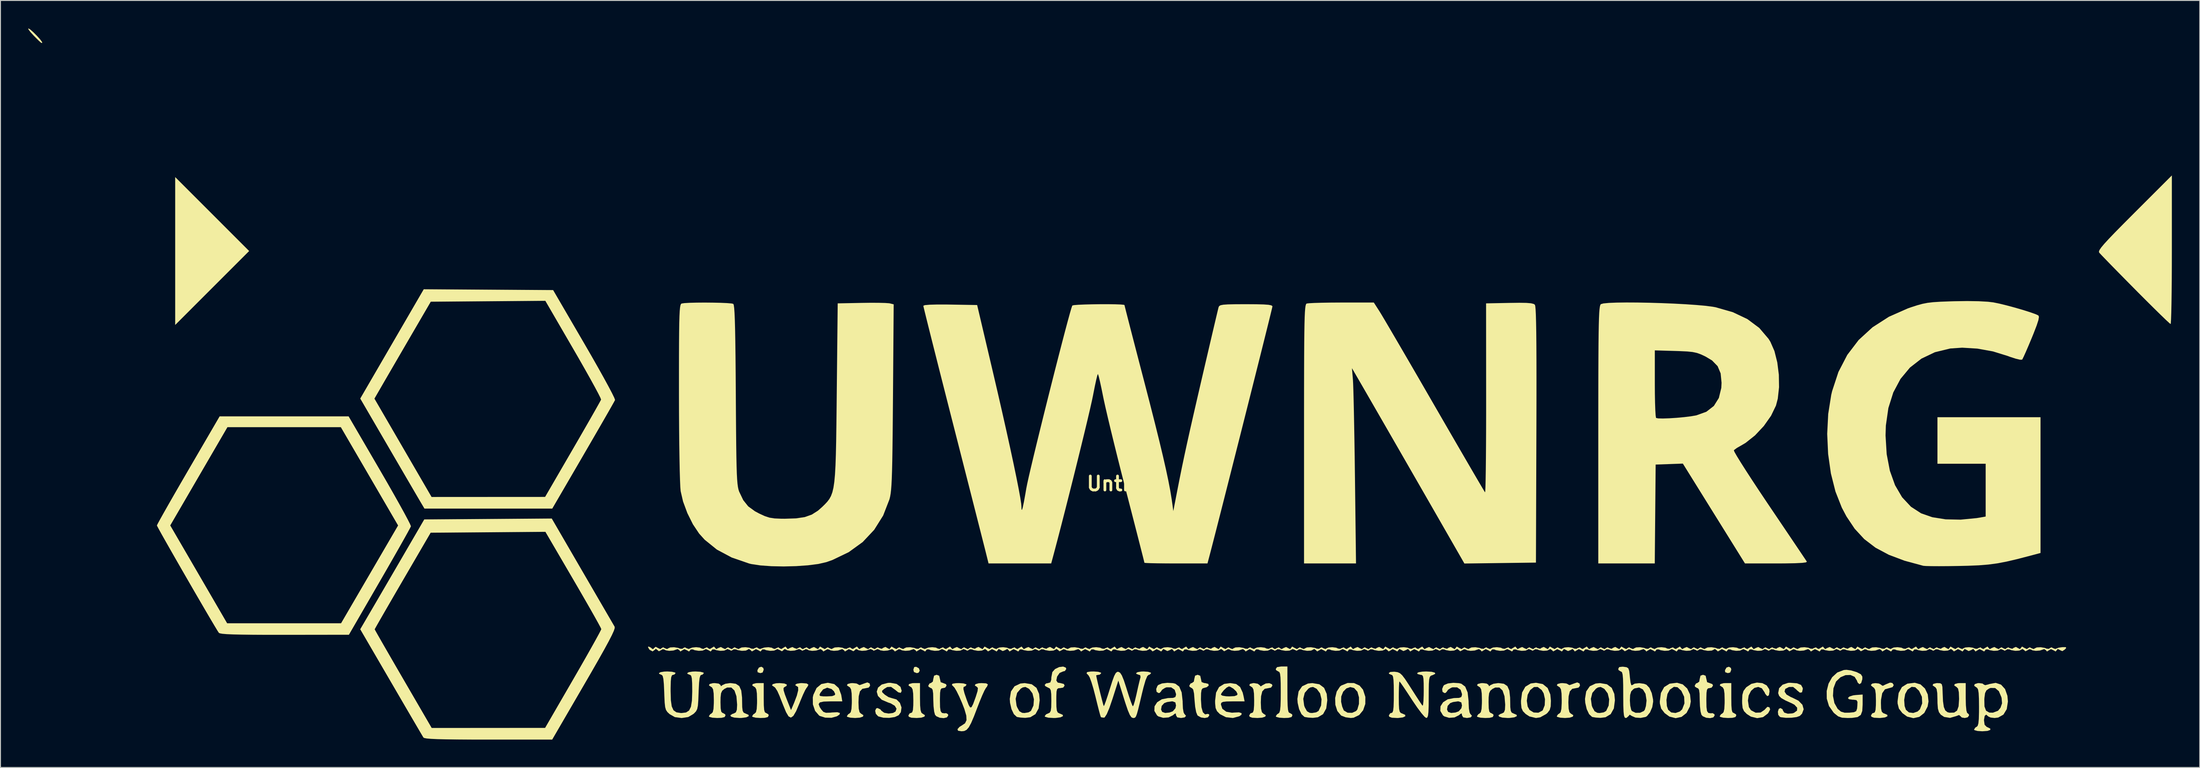
<source format=kicad_pcb>
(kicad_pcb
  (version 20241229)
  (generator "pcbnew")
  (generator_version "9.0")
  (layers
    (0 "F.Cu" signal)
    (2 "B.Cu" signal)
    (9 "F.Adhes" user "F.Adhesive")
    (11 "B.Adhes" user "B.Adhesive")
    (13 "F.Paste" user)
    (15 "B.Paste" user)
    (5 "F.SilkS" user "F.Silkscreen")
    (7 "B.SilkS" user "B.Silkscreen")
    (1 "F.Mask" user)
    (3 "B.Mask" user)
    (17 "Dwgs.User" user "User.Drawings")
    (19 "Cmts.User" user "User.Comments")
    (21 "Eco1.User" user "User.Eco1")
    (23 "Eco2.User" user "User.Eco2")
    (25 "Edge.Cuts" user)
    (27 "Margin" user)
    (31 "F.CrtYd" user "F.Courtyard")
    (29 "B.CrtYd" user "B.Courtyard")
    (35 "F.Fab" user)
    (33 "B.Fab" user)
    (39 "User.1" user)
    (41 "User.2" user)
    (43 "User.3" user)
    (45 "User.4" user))
  (footprint "Untitled"
    (layer "F.Cu")
    (at 118.293 49.011)
    (property "Reference" "Untitled" (at 0 0 0) (layer "F.SilkS") (effects (font (size 1.5 1.5) (thickness 0.3))))
    (attr board_only exclude_from_pos_files exclude_from_bom)
    (fp_poly (pts (xy -98.515 -29.022) (xy -94.536 -25.042) (xy -98.515 -21.063) (xy -102.494 -17.083) (xy -102.494 -25.042) (xy -102.494 -33.001)) (stroke (width 0) (type solid)) (fill yes) (layer "F.SilkS"))
    (fp_poly (pts (xy -39.22 19.829) (xy -39.173 20.021) (xy -39.291 20.326) (xy -39.544 20.392) (xy -39.829 20.295) (xy -39.855 20.081) (xy -39.689 19.791) (xy -39.431 19.703)) (stroke (width 0) (type solid)) (fill yes) (layer "F.SilkS"))
    (fp_poly (pts (xy -22.474 19.876) (xy -22.386 20.134) (xy -22.513 20.345) (xy -22.704 20.392) (xy -23.01 20.274) (xy -23.075 20.021) (xy -22.978 19.736) (xy -22.764 19.71)) (stroke (width 0) (type solid)) (fill yes) (layer "F.SilkS"))
    (fp_poly (pts (xy 64.884 19.829) (xy 64.931 20.021) (xy 64.813 20.326) (xy 64.56 20.392) (xy 64.275 20.295) (xy 64.249 20.081) (xy 64.415 19.791) (xy 64.673 19.703)) (stroke (width 0) (type solid)) (fill yes) (layer "F.SilkS"))
    (fp_poly (pts (xy -118.091 -48.89) (xy -117.751 -48.589) (xy -117.365 -48.203) (xy -117.025 -47.825) (xy -116.825 -47.55) (xy -116.804 -47.49) (xy -116.833 -47.418) (xy -116.953 -47.481) (xy -117.214 -47.72) (xy -117.669 -48.176) (xy -117.699 -48.206) (xy -118.074 -48.617) (xy -118.287 -48.907) (xy -118.293 -49.011)) (stroke (width 0) (type solid)) (fill yes) (layer "F.SilkS"))
    (fp_poly (pts (xy -22.359 23.056) (xy -22.346 23.859) (xy -22.299 24.368) (xy -22.21 24.647) (xy -22.091 24.749) (xy -21.826 24.919) (xy -21.88 25.074) (xy -22.213 25.184) (xy -22.717 25.221) (xy -23.279 25.192) (xy -23.554 25.093) (xy -23.611 24.953) (xy -23.468 24.716) (xy -23.343 24.685) (xy -23.202 24.614) (xy -23.119 24.361) (xy -23.081 23.86) (xy -23.075 23.337) (xy -23.093 22.598) (xy -23.155 22.151) (xy -23.274 21.929) (xy -23.343 21.887) (xy -23.598 21.717) (xy -23.534 21.565) (xy -23.188 21.474) (xy -22.985 21.465) (xy -22.359 21.465)) (stroke (width 0) (type solid)) (fill yes) (layer "F.SilkS"))
    (fp_poly (pts (xy -39.173 23.075) (xy -39.163 23.86) (xy -39.125 24.349) (xy -39.049 24.603) (xy -38.924 24.684) (xy -38.905 24.685) (xy -38.668 24.828) (xy -38.637 24.953) (xy -38.732 25.122) (xy -39.064 25.204) (xy -39.531 25.221) (xy -40.044 25.188) (xy -40.367 25.103) (xy -40.425 25.037) (xy -40.282 24.819) (xy -40.157 24.749) (xy -40.01 24.601) (xy -39.926 24.252) (xy -39.891 23.636) (xy -39.889 23.318) (xy -39.907 22.584) (xy -39.971 22.142) (xy -40.093 21.924) (xy -40.157 21.887) (xy -40.412 21.717) (xy -40.348 21.565) (xy -40.003 21.474) (xy -39.799 21.465) (xy -39.173 21.465)) (stroke (width 0) (type solid)) (fill yes) (layer "F.SilkS"))
    (fp_poly (pts (xy 64.931 23.075) (xy 64.941 23.86) (xy 64.98 24.349) (xy 65.056 24.603) (xy 65.18 24.684) (xy 65.199 24.685) (xy 65.436 24.828) (xy 65.468 24.953) (xy 65.372 25.122) (xy 65.04 25.204) (xy 64.573 25.221) (xy 64.06 25.188) (xy 63.737 25.103) (xy 63.679 25.037) (xy 63.822 24.819) (xy 63.947 24.749) (xy 64.094 24.601) (xy 64.179 24.252) (xy 64.213 23.636) (xy 64.215 23.318) (xy 64.197 22.584) (xy 64.133 22.142) (xy 64.011 21.924) (xy 63.947 21.887) (xy 63.692 21.717) (xy 63.756 21.565) (xy 64.102 21.474) (xy 64.305 21.465) (xy 64.931 21.465)) (stroke (width 0) (type solid)) (fill yes) (layer "F.SilkS"))
    (fp_poly (pts (xy 17.172 22.18) (xy 17.177 23.19) (xy 17.197 23.894) (xy 17.237 24.342) (xy 17.302 24.587) (xy 17.398 24.679) (xy 17.44 24.685) (xy 17.677 24.828) (xy 17.708 24.953) (xy 17.613 25.122) (xy 17.281 25.204) (xy 16.814 25.221) (xy 16.301 25.188) (xy 15.978 25.103) (xy 15.92 25.037) (xy 16.063 24.819) (xy 16.188 24.749) (xy 16.304 24.642) (xy 16.382 24.39) (xy 16.429 23.936) (xy 16.452 23.225) (xy 16.456 22.429) (xy 16.45 21.487) (xy 16.426 20.848) (xy 16.379 20.459) (xy 16.301 20.265) (xy 16.188 20.213) (xy 15.951 20.069) (xy 15.92 19.944) (xy 16.055 19.746) (xy 16.489 19.677) (xy 16.546 19.676) (xy 17.172 19.676)) (stroke (width 0) (type solid)) (fill yes) (layer "F.SilkS"))
    (fp_poly (pts (xy 112.332 -25.175) (xy 112.329 -23.522) (xy 112.321 -21.984) (xy 112.308 -20.598) (xy 112.291 -19.399) (xy 112.27 -18.423) (xy 112.246 -17.705) (xy 112.22 -17.282) (xy 112.198 -17.179) (xy 112.043 -17.303) (xy 111.669 -17.65) (xy 111.11 -18.189) (xy 110.398 -18.888) (xy 109.565 -19.715) (xy 108.644 -20.638) (xy 108.395 -20.89) (xy 107.449 -21.847) (xy 106.579 -22.731) (xy 105.818 -23.508) (xy 105.201 -24.144) (xy 104.76 -24.602) (xy 104.531 -24.849) (xy 104.512 -24.873) (xy 104.484 -24.984) (xy 104.551 -25.161) (xy 104.735 -25.43) (xy 105.059 -25.817) (xy 105.545 -26.348) (xy 106.218 -27.049) (xy 107.1 -27.944) (xy 108.213 -29.061) (xy 108.315 -29.164) (xy 112.332 -33.178)) (stroke (width 0) (type solid)) (fill yes) (layer "F.SilkS"))
    (fp_poly (pts (xy 59.71 21.606) (xy 60.191 22.052) (xy 60.492 22.689) (xy 60.572 23.441) (xy 60.475 23.985) (xy 60.116 24.677) (xy 59.58 25.101) (xy 58.939 25.239) (xy 58.271 25.07) (xy 57.762 24.698) (xy 57.385 24.212) (xy 57.247 23.667) (xy 57.239 23.437) (xy 57.26 23.276) (xy 57.953 23.276) (xy 58 23.934) (xy 58.14 24.339) (xy 58.467 24.623) (xy 58.932 24.682) (xy 59.396 24.522) (xy 59.644 24.287) (xy 59.89 23.65) (xy 59.858 22.939) (xy 59.555 22.297) (xy 59.552 22.294) (xy 59.145 21.91) (xy 58.759 21.868) (xy 58.331 22.163) (xy 58.313 22.18) (xy 58.061 22.639) (xy 57.953 23.276) (xy 57.26 23.276) (xy 57.357 22.531) (xy 57.709 21.895) (xy 58.297 21.527) (xy 59.09 21.427)) (stroke (width 0) (type solid)) (fill yes) (layer "F.SilkS"))
    (fp_poly (pts (xy 85.289 21.606) (xy 85.77 22.052) (xy 86.071 22.689) (xy 86.15 23.441) (xy 86.054 23.985) (xy 85.695 24.677) (xy 85.158 25.101) (xy 84.518 25.239) (xy 83.849 25.07) (xy 83.341 24.698) (xy 82.964 24.212) (xy 82.826 23.667) (xy 82.818 23.437) (xy 82.839 23.276) (xy 83.532 23.276) (xy 83.579 23.934) (xy 83.719 24.339) (xy 84.046 24.623) (xy 84.511 24.682) (xy 84.975 24.522) (xy 85.223 24.287) (xy 85.469 23.65) (xy 85.437 22.939) (xy 85.133 22.297) (xy 85.131 22.294) (xy 84.724 21.91) (xy 84.337 21.868) (xy 83.909 22.163) (xy 83.892 22.18) (xy 83.64 22.639) (xy 83.532 23.276) (xy 82.839 23.276) (xy 82.936 22.531) (xy 83.288 21.895) (xy 83.876 21.527) (xy 84.669 21.427)) (stroke (width 0) (type solid)) (fill yes) (layer "F.SilkS"))
    (fp_poly (pts (xy 13.98 21.533) (xy 14.183 21.688) (xy 14.303 21.822) (xy 14.502 21.688) (xy 14.844 21.506) (xy 15.225 21.474) (xy 15.503 21.589) (xy 15.562 21.733) (xy 15.409 21.95) (xy 15.151 22.001) (xy 14.729 22.081) (xy 14.468 22.357) (xy 14.339 22.883) (xy 14.31 23.538) (xy 14.337 24.213) (xy 14.427 24.597) (xy 14.578 24.749) (xy 14.843 24.919) (xy 14.789 25.074) (xy 14.456 25.184) (xy 13.952 25.221) (xy 13.39 25.192) (xy 13.115 25.093) (xy 13.058 24.953) (xy 13.201 24.716) (xy 13.326 24.685) (xy 13.467 24.614) (xy 13.55 24.361) (xy 13.588 23.86) (xy 13.594 23.337) (xy 13.576 22.598) (xy 13.514 22.151) (xy 13.395 21.929) (xy 13.326 21.887) (xy 13.074 21.712) (xy 13.14 21.552) (xy 13.488 21.467) (xy 13.579 21.465)) (stroke (width 0) (type solid)) (fill yes) (layer "F.SilkS"))
    (fp_poly (pts (xy 44.651 21.571) (xy 45.169 21.991) (xy 45.459 22.683) (xy 45.523 23.363) (xy 45.499 23.973) (xy 45.394 24.361) (xy 45.162 24.663) (xy 45.021 24.789) (xy 44.368 25.151) (xy 43.913 25.221) (xy 43.213 25.055) (xy 42.805 24.789) (xy 42.508 24.485) (xy 42.358 24.148) (xy 42.307 23.643) (xy 42.304 23.364) (xy 42.929 23.364) (xy 43.021 23.986) (xy 43.226 24.357) (xy 43.665 24.628) (xy 44.172 24.653) (xy 44.597 24.431) (xy 44.648 24.371) (xy 44.855 23.853) (xy 44.884 23.197) (xy 44.744 22.568) (xy 44.532 22.214) (xy 44.101 21.881) (xy 43.701 21.891) (xy 43.294 22.214) (xy 43.022 22.721) (xy 42.929 23.364) (xy 42.304 23.364) (xy 42.304 23.363) (xy 42.422 22.476) (xy 42.772 21.855) (xy 43.348 21.506) (xy 43.913 21.429)) (stroke (width 0) (type solid)) (fill yes) (layer "F.SilkS"))
    (fp_poly (pts (xy -27.775 21.503) (xy -27.725 21.744) (xy -27.879 21.949) (xy -28.137 22.001) (xy -28.559 22.081) (xy -28.82 22.357) (xy -28.949 22.883) (xy -28.977 23.538) (xy -28.951 24.213) (xy -28.861 24.597) (xy -28.709 24.749) (xy -28.444 24.919) (xy -28.498 25.074) (xy -28.831 25.184) (xy -29.335 25.221) (xy -29.849 25.188) (xy -30.171 25.103) (xy -30.23 25.037) (xy -30.087 24.819) (xy -29.961 24.749) (xy -29.814 24.601) (xy -29.73 24.252) (xy -29.695 23.636) (xy -29.693 23.318) (xy -29.712 22.584) (xy -29.776 22.142) (xy -29.897 21.924) (xy -29.961 21.887) (xy -30.216 21.717) (xy -30.152 21.565) (xy -29.807 21.474) (xy -29.604 21.465) (xy -29.19 21.507) (xy -28.983 21.611) (xy -28.977 21.633) (xy -28.843 21.68) (xy -28.518 21.563) (xy -28.498 21.553) (xy -28.027 21.389)) (stroke (width 0) (type solid)) (fill yes) (layer "F.SilkS"))
    (fp_poly (pts (xy -10.338 21.591) (xy -9.825 21.976) (xy -9.544 22.628) (xy -9.48 23.309) (xy -9.595 24.193) (xy -9.934 24.806) (xy -10.492 25.142) (xy -11.037 25.207) (xy -11.542 25.175) (xy -11.907 25.114) (xy -11.944 25.101) (xy -12.259 24.808) (xy -12.516 24.266) (xy -12.672 23.586) (xy -12.7 23.165) (xy -12.699 23.157) (xy -12.067 23.157) (xy -11.971 23.882) (xy -11.902 24.07) (xy -11.667 24.495) (xy -11.369 24.665) (xy -11.121 24.685) (xy -10.684 24.614) (xy -10.422 24.461) (xy -10.152 23.881) (xy -10.101 23.209) (xy -10.257 22.573) (xy -10.607 22.102) (xy -10.668 22.058) (xy -11.014 21.88) (xy -11.3 21.931) (xy -11.513 22.058) (xy -11.908 22.516) (xy -12.067 23.157) (xy -12.699 23.157) (xy -12.57 22.362) (xy -12.186 21.807) (xy -11.561 21.512) (xy -11.09 21.465)) (stroke (width 0) (type solid)) (fill yes) (layer "F.SilkS"))
    (fp_poly (pts (xy 20.608 21.591) (xy 21.12 21.976) (xy 21.401 22.628) (xy 21.465 23.309) (xy 21.35 24.193) (xy 21.011 24.806) (xy 20.453 25.142) (xy 19.908 25.207) (xy 19.403 25.175) (xy 19.038 25.114) (xy 19.002 25.101) (xy 18.686 24.808) (xy 18.429 24.266) (xy 18.273 23.586) (xy 18.245 23.165) (xy 18.246 23.157) (xy 18.878 23.157) (xy 18.974 23.882) (xy 19.043 24.07) (xy 19.278 24.495) (xy 19.576 24.665) (xy 19.824 24.685) (xy 20.261 24.614) (xy 20.523 24.461) (xy 20.793 23.881) (xy 20.844 23.209) (xy 20.688 22.573) (xy 20.338 22.102) (xy 20.277 22.058) (xy 19.931 21.88) (xy 19.645 21.931) (xy 19.433 22.058) (xy 19.037 22.516) (xy 18.878 23.157) (xy 18.246 23.157) (xy 18.375 22.362) (xy 18.759 21.807) (xy 19.384 21.512) (xy 19.855 21.465)) (stroke (width 0) (type solid)) (fill yes) (layer "F.SilkS"))
    (fp_poly (pts (xy 24.339 21.461) (xy 24.935 21.732) (xy 25.307 22.174) (xy 25.559 22.948) (xy 25.553 23.71) (xy 25.321 24.386) (xy 24.894 24.903) (xy 24.304 25.188) (xy 23.993 25.221) (xy 23.436 25.147) (xy 22.97 24.966) (xy 22.943 24.948) (xy 22.542 24.469) (xy 22.331 23.806) (xy 22.321 23.472) (xy 22.95 23.472) (xy 23.065 23.991) (xy 23.228 24.38) (xy 23.259 24.423) (xy 23.648 24.653) (xy 24.135 24.665) (xy 24.559 24.473) (xy 24.696 24.305) (xy 24.869 23.705) (xy 24.872 23.001) (xy 24.707 22.402) (xy 24.703 22.393) (xy 24.35 21.997) (xy 23.933 21.892) (xy 23.518 22.036) (xy 23.173 22.388) (xy 22.965 22.906) (xy 22.95 23.472) (xy 22.321 23.472) (xy 22.309 23.07) (xy 22.475 22.377) (xy 22.827 21.841) (xy 22.976 21.723) (xy 23.652 21.451)) (stroke (width 0) (type solid)) (fill yes) (layer "F.SilkS"))
    (fp_poly (pts (xy 48.604 21.503) (xy 48.654 21.744) (xy 48.5 21.949) (xy 48.242 22.001) (xy 47.82 22.081) (xy 47.559 22.357) (xy 47.43 22.883) (xy 47.401 23.538) (xy 47.428 24.213) (xy 47.518 24.597) (xy 47.67 24.749) (xy 47.935 24.919) (xy 47.881 25.074) (xy 47.548 25.184) (xy 47.044 25.221) (xy 46.53 25.188) (xy 46.208 25.103) (xy 46.149 25.037) (xy 46.292 24.819) (xy 46.418 24.749) (xy 46.564 24.601) (xy 46.649 24.252) (xy 46.683 23.636) (xy 46.686 23.318) (xy 46.667 22.584) (xy 46.603 22.142) (xy 46.482 21.924) (xy 46.418 21.887) (xy 46.163 21.717) (xy 46.227 21.565) (xy 46.572 21.474) (xy 46.775 21.465) (xy 47.189 21.507) (xy 47.396 21.611) (xy 47.401 21.633) (xy 47.536 21.68) (xy 47.861 21.563) (xy 47.88 21.553) (xy 48.352 21.389)) (stroke (width 0) (type solid)) (fill yes) (layer "F.SilkS"))
    (fp_poly (pts (xy 51.553 21.591) (xy 52.065 21.976) (xy 52.346 22.628) (xy 52.41 23.309) (xy 52.295 24.193) (xy 51.956 24.806) (xy 51.398 25.142) (xy 50.853 25.207) (xy 50.348 25.175) (xy 49.983 25.114) (xy 49.947 25.101) (xy 49.631 24.808) (xy 49.374 24.266) (xy 49.218 23.586) (xy 49.19 23.165) (xy 49.191 23.157) (xy 49.823 23.157) (xy 49.919 23.882) (xy 49.988 24.07) (xy 50.223 24.495) (xy 50.521 24.665) (xy 50.769 24.685) (xy 51.206 24.614) (xy 51.468 24.461) (xy 51.738 23.881) (xy 51.789 23.209) (xy 51.633 22.573) (xy 51.284 22.102) (xy 51.222 22.058) (xy 50.876 21.88) (xy 50.59 21.931) (xy 50.378 22.058) (xy 49.982 22.516) (xy 49.823 23.157) (xy 49.191 23.157) (xy 49.32 22.362) (xy 49.704 21.807) (xy 50.329 21.512) (xy 50.8 21.465)) (stroke (width 0) (type solid)) (fill yes) (layer "F.SilkS"))
    (fp_poly (pts (xy -20.29 20.675) (xy -20.213 21.018) (xy -20.129 21.368) (xy -19.855 21.465) (xy -19.564 21.577) (xy -19.497 21.733) (xy -19.646 21.952) (xy -19.855 22.001) (xy -20.038 22.033) (xy -20.145 22.178) (xy -20.197 22.509) (xy -20.212 23.101) (xy -20.213 23.343) (xy -20.2 24.055) (xy -20.14 24.477) (xy -19.999 24.675) (xy -19.744 24.717) (xy -19.542 24.698) (xy -19.347 24.814) (xy -19.318 24.945) (xy -19.462 25.156) (xy -19.809 25.237) (xy -20.23 25.195) (xy -20.596 25.036) (xy -20.743 24.875) (xy -20.836 24.527) (xy -20.903 23.947) (xy -20.928 23.265) (xy -20.944 22.581) (xy -21 22.189) (xy -21.11 22.021) (xy -21.196 22.001) (xy -21.434 21.858) (xy -21.465 21.733) (xy -21.322 21.496) (xy -21.196 21.465) (xy -20.981 21.309) (xy -20.928 21.018) (xy -20.844 20.667) (xy -20.57 20.57)) (stroke (width 0) (type solid)) (fill yes) (layer "F.SilkS"))
    (fp_poly (pts (xy 7.793 20.675) (xy 7.87 21.018) (xy 7.941 21.354) (xy 8.224 21.462) (xy 8.333 21.465) (xy 8.661 21.548) (xy 8.707 21.73) (xy 8.487 21.909) (xy 8.259 21.969) (xy 8.052 22.031) (xy 7.936 22.196) (xy 7.883 22.545) (xy 7.87 23.162) (xy 7.87 23.244) (xy 7.924 24.065) (xy 8.077 24.604) (xy 8.319 24.836) (xy 8.578 24.779) (xy 8.738 24.815) (xy 8.765 24.942) (xy 8.621 25.149) (xy 8.28 25.222) (xy 7.872 25.162) (xy 7.531 24.97) (xy 7.492 24.928) (xy 7.356 24.596) (xy 7.246 24.013) (xy 7.182 23.318) (xy 7.126 22.591) (xy 7.038 22.171) (xy 6.908 22.008) (xy 6.867 22.001) (xy 6.647 21.858) (xy 6.618 21.733) (xy 6.761 21.496) (xy 6.887 21.465) (xy 7.102 21.309) (xy 7.155 21.018) (xy 7.239 20.667) (xy 7.513 20.57)) (stroke (width 0) (type solid)) (fill yes) (layer "F.SilkS"))
    (fp_poly (pts (xy 62.171 20.675) (xy 62.248 21.018) (xy 62.332 21.368) (xy 62.606 21.465) (xy 62.897 21.577) (xy 62.963 21.733) (xy 62.814 21.952) (xy 62.606 22.001) (xy 62.423 22.033) (xy 62.315 22.178) (xy 62.264 22.509) (xy 62.248 23.101) (xy 62.248 23.343) (xy 62.261 24.055) (xy 62.321 24.477) (xy 62.462 24.675) (xy 62.717 24.717) (xy 62.919 24.698) (xy 63.114 24.814) (xy 63.142 24.945) (xy 62.998 25.156) (xy 62.652 25.237) (xy 62.231 25.195) (xy 61.865 25.036) (xy 61.718 24.875) (xy 61.624 24.527) (xy 61.558 23.947) (xy 61.532 23.265) (xy 61.517 22.581) (xy 61.461 22.189) (xy 61.351 22.021) (xy 61.264 22.001) (xy 61.027 21.858) (xy 60.996 21.733) (xy 61.139 21.496) (xy 61.264 21.465) (xy 61.48 21.309) (xy 61.532 21.018) (xy 61.616 20.667) (xy 61.89 20.57)) (stroke (width 0) (type solid)) (fill yes) (layer "F.SilkS"))
    (fp_poly (pts (xy 68.272 21.47) (xy 68.741 21.715) (xy 69.012 22.126) (xy 69.045 22.365) (xy 68.973 22.783) (xy 68.798 22.871) (xy 68.582 22.62) (xy 68.514 22.464) (xy 68.221 22.029) (xy 67.834 21.879) (xy 67.422 21.98) (xy 67.054 22.3) (xy 66.798 22.803) (xy 66.72 23.346) (xy 66.824 24.045) (xy 67.047 24.388) (xy 67.552 24.651) (xy 68.085 24.631) (xy 68.518 24.337) (xy 68.559 24.282) (xy 68.814 24.017) (xy 69.03 24.069) (xy 69.033 24.073) (xy 69.111 24.301) (xy 68.928 24.652) (xy 68.858 24.743) (xy 68.35 25.127) (xy 67.709 25.238) (xy 67.036 25.073) (xy 66.596 24.789) (xy 66.298 24.485) (xy 66.148 24.148) (xy 66.097 23.643) (xy 66.094 23.363) (xy 66.123 22.73) (xy 66.243 22.311) (xy 66.497 21.966) (xy 66.563 21.898) (xy 67.094 21.545) (xy 67.693 21.408)) (stroke (width 0) (type solid)) (fill yes) (layer "F.SilkS"))
    (fp_poly (pts (xy 82.262 21.452) (xy 82.411 21.677) (xy 82.284 21.896) (xy 81.948 22.001) (xy 81.926 22.001) (xy 81.462 22.136) (xy 81.17 22.553) (xy 81.039 23.271) (xy 81.03 23.603) (xy 81.047 24.204) (xy 81.119 24.538) (xy 81.273 24.696) (xy 81.387 24.736) (xy 81.717 24.882) (xy 81.731 25.035) (xy 81.466 25.159) (xy 80.961 25.22) (xy 80.851 25.221) (xy 80.288 25.192) (xy 80.014 25.093) (xy 79.956 24.953) (xy 80.1 24.716) (xy 80.225 24.685) (xy 80.367 24.614) (xy 80.45 24.357) (xy 80.487 23.851) (xy 80.493 23.362) (xy 80.474 22.63) (xy 80.41 22.188) (xy 80.287 21.973) (xy 80.225 21.937) (xy 79.988 21.747) (xy 79.956 21.649) (xy 80.103 21.514) (xy 80.438 21.469) (xy 80.806 21.509) (xy 81.048 21.633) (xy 81.069 21.671) (xy 81.229 21.759) (xy 81.577 21.589) (xy 82.015 21.411)) (stroke (width 0) (type solid)) (fill yes) (layer "F.SilkS"))
    (fp_poly (pts (xy -34.544 21.506) (xy -34.359 21.642) (xy -34.486 21.89) (xy -34.552 21.96) (xy -34.708 22.214) (xy -34.945 22.713) (xy -35.221 23.368) (xy -35.332 23.65) (xy -35.688 24.494) (xy -35.988 25) (xy -36.252 25.18) (xy -36.502 25.046) (xy -36.76 24.611) (xy -36.82 24.474) (xy -37.093 23.81) (xy -37.385 23.07) (xy -37.476 22.834) (xy -37.707 22.321) (xy -37.935 21.965) (xy -38.042 21.875) (xy -38.28 21.717) (xy -38.202 21.577) (xy -37.847 21.485) (xy -37.474 21.465) (xy -36.952 21.508) (xy -36.688 21.62) (xy -36.718 21.772) (xy -36.925 21.883) (xy -37.039 21.991) (xy -37.034 22.233) (xy -36.898 22.678) (xy -36.709 23.174) (xy -36.235 24.367) (xy -35.903 23.587) (xy -35.609 22.813) (xy -35.463 22.233) (xy -35.473 21.894) (xy -35.573 21.823) (xy -35.765 21.699) (xy -35.775 21.644) (xy -35.616 21.532) (xy -35.22 21.469) (xy -35.059 21.465)) (stroke (width 0) (type solid)) (fill yes) (layer "F.SilkS"))
    (fp_poly (pts (xy -31.581 21.573) (xy -31.1 22.004) (xy -30.836 22.718) (xy -30.827 22.772) (xy -30.719 23.432) (xy -31.995 23.432) (xy -32.726 23.455) (xy -33.137 23.543) (xy -33.265 23.73) (xy -33.146 24.049) (xy -32.977 24.309) (xy -32.754 24.56) (xy -32.475 24.661) (xy -32.011 24.647) (xy -31.814 24.625) (xy -31.248 24.6) (xy -30.974 24.68) (xy -31.015 24.848) (xy -31.291 25.036) (xy -31.877 25.199) (xy -32.557 25.184) (xy -33.141 25) (xy -33.217 24.952) (xy -33.646 24.453) (xy -33.883 23.759) (xy -33.892 22.998) (xy -33.836 22.75) (xy -33.177 22.75) (xy -33.09 22.855) (xy -32.761 22.892) (xy -32.382 22.896) (xy -31.811 22.865) (xy -31.533 22.762) (xy -31.482 22.638) (xy -31.616 22.348) (xy -31.867 22.109) (xy -32.339 21.957) (xy -32.783 22.142) (xy -33.094 22.542) (xy -33.177 22.75) (xy -33.836 22.75) (xy -33.83 22.723) (xy -33.485 21.99) (xy -32.972 21.565) (xy -32.276 21.429)) (stroke (width 0) (type solid)) (fill yes) (layer "F.SilkS"))
    (fp_poly (pts (xy -24.876 21.552) (xy -24.456 21.869) (xy -24.327 22.304) (xy -24.428 22.517) (xy -24.699 22.456) (xy -25.042 22.18) (xy -25.475 21.871) (xy -25.888 21.89) (xy -26.215 22.091) (xy -26.44 22.293) (xy -26.419 22.458) (xy -26.14 22.717) (xy -25.745 22.974) (xy -25.42 23.075) (xy -24.891 23.222) (xy -24.519 23.593) (xy -24.347 24.086) (xy -24.418 24.596) (xy -24.654 24.925) (xy -25.068 25.118) (xy -25.671 25.209) (xy -26.308 25.19) (xy -26.824 25.055) (xy -26.876 25.028) (xy -27.111 24.767) (xy -27.181 24.443) (xy -27.079 24.198) (xy -26.929 24.148) (xy -26.631 24.288) (xy -26.503 24.446) (xy -26.207 24.66) (xy -25.74 24.742) (xy -25.264 24.681) (xy -24.996 24.531) (xy -24.883 24.225) (xy -25.071 23.909) (xy -25.51 23.644) (xy -25.772 23.559) (xy -26.471 23.261) (xy -26.883 22.847) (xy -27.015 22.388) (xy -26.875 21.953) (xy -26.47 21.615) (xy -25.809 21.442) (xy -25.547 21.433)) (stroke (width 0) (type solid)) (fill yes) (layer "F.SilkS"))
    (fp_poly (pts (xy 11.656 21.562) (xy 12.083 21.886) (xy 12.362 22.488) (xy 12.451 22.86) (xy 12.566 23.432) (xy 11.291 23.432) (xy 10.623 23.443) (xy 10.238 23.488) (xy 10.06 23.586) (xy 10.017 23.757) (xy 10.017 23.762) (xy 10.174 24.234) (xy 10.596 24.547) (xy 11.209 24.654) (xy 11.444 24.636) (xy 11.968 24.614) (xy 12.243 24.701) (xy 12.23 24.868) (xy 12.001 25.033) (xy 11.31 25.22) (xy 10.562 25.139) (xy 9.915 24.808) (xy 9.893 24.789) (xy 9.594 24.483) (xy 9.444 24.142) (xy 9.394 23.632) (xy 9.391 23.373) (xy 9.469 22.717) (xy 10.017 22.717) (xy 10.178 22.819) (xy 10.589 22.884) (xy 10.911 22.896) (xy 11.481 22.865) (xy 11.756 22.761) (xy 11.806 22.638) (xy 11.669 22.365) (xy 11.355 22.062) (xy 11.008 21.853) (xy 10.871 21.823) (xy 10.632 21.949) (xy 10.325 22.238) (xy 10.081 22.553) (xy 10.017 22.717) (xy 9.469 22.717) (xy 9.496 22.492) (xy 9.819 21.889) (xy 10.372 21.552) (xy 11.028 21.465)) (stroke (width 0) (type solid)) (fill yes) (layer "F.SilkS"))
    (fp_poly (pts (xy 71.996 21.485) (xy 72.437 21.664) (xy 72.615 21.988) (xy 72.623 22.103) (xy 72.54 22.458) (xy 72.316 22.499) (xy 71.98 22.224) (xy 71.921 22.153) (xy 71.581 21.878) (xy 71.147 21.885) (xy 71.121 21.891) (xy 70.738 22.092) (xy 70.661 22.381) (xy 70.87 22.696) (xy 71.348 22.973) (xy 71.46 23.014) (xy 72.156 23.358) (xy 72.583 23.797) (xy 72.719 24.281) (xy 72.541 24.758) (xy 72.302 24.998) (xy 71.96 25.122) (xy 71.413 25.193) (xy 70.811 25.203) (xy 70.302 25.145) (xy 70.163 25.103) (xy 69.983 24.886) (xy 69.943 24.547) (xy 70.036 24.248) (xy 70.208 24.148) (xy 70.445 24.28) (xy 70.476 24.395) (xy 70.628 24.639) (xy 71.006 24.759) (xy 71.49 24.727) (xy 71.671 24.672) (xy 72.003 24.427) (xy 72.018 24.114) (xy 71.728 23.797) (xy 71.458 23.651) (xy 70.752 23.33) (xy 70.315 23.081) (xy 70.082 22.851) (xy 69.986 22.591) (xy 69.976 22.523) (xy 70.075 22.016) (xy 70.454 21.635) (xy 71.041 21.441) (xy 71.252 21.429)) (stroke (width 0) (type solid)) (fill yes) (layer "F.SilkS"))
    (fp_poly (pts (xy 90.152 23.075) (xy 90.171 23.846) (xy 90.223 24.396) (xy 90.301 24.667) (xy 90.331 24.685) (xy 90.49 24.829) (xy 90.51 24.953) (xy 90.367 25.147) (xy 90.051 25.222) (xy 89.728 25.167) (xy 89.577 25.017) (xy 89.437 24.902) (xy 89.127 25.017) (xy 88.465 25.209) (xy 87.835 25.108) (xy 87.469 24.863) (xy 87.27 24.592) (xy 87.159 24.211) (xy 87.115 23.622) (xy 87.111 23.248) (xy 87.091 22.533) (xy 87.02 22.109) (xy 86.886 21.909) (xy 86.843 21.887) (xy 86.59 21.713) (xy 86.656 21.554) (xy 87.003 21.468) (xy 87.111 21.465) (xy 87.413 21.481) (xy 87.576 21.586) (xy 87.645 21.868) (xy 87.667 22.411) (xy 87.669 22.493) (xy 87.709 23.414) (xy 87.798 24.034) (xy 87.955 24.411) (xy 88.2 24.601) (xy 88.42 24.653) (xy 88.909 24.638) (xy 89.22 24.425) (xy 89.385 23.966) (xy 89.436 23.21) (xy 89.437 23.137) (xy 89.412 22.452) (xy 89.327 22.057) (xy 89.17 21.888) (xy 89.168 21.887) (xy 88.913 21.717) (xy 88.977 21.565) (xy 89.323 21.474) (xy 89.526 21.465) (xy 90.152 21.465)) (stroke (width 0) (type solid)) (fill yes) (layer "F.SilkS"))
    (fp_poly (pts (xy -6.678 19.792) (xy -6.618 19.944) (xy -6.767 20.163) (xy -6.97 20.213) (xy -7.336 20.371) (xy -7.606 20.763) (xy -7.692 21.185) (xy -7.538 21.413) (xy -7.244 21.465) (xy -6.885 21.558) (xy -6.797 21.733) (xy -6.953 21.949) (xy -7.244 22.001) (xy -7.473 22.018) (xy -7.607 22.12) (xy -7.67 22.383) (xy -7.69 22.882) (xy -7.692 23.322) (xy -7.681 24.01) (xy -7.636 24.42) (xy -7.535 24.633) (xy -7.36 24.729) (xy -7.334 24.736) (xy -6.999 24.88) (xy -6.982 25.028) (xy -7.245 25.15) (xy -7.751 25.216) (xy -7.96 25.221) (xy -8.549 25.188) (xy -8.888 25.097) (xy -8.944 25.026) (xy -8.794 24.828) (xy -8.586 24.736) (xy -8.399 24.648) (xy -8.291 24.45) (xy -8.241 24.062) (xy -8.228 23.404) (xy -8.228 23.343) (xy -8.239 22.662) (xy -8.286 22.257) (xy -8.389 22.048) (xy -8.569 21.954) (xy -8.586 21.95) (xy -8.876 21.792) (xy -8.944 21.66) (xy -8.794 21.502) (xy -8.586 21.465) (xy -8.338 21.393) (xy -8.239 21.116) (xy -8.228 20.849) (xy -8.119 20.28) (xy -7.831 19.955) (xy -7.384 19.739) (xy -6.963 19.685)) (stroke (width 0) (type solid)) (fill yes) (layer "F.SilkS"))
    (fp_poly (pts (xy -15.237 21.493) (xy -15.052 21.605) (xy -15.147 21.84) (xy -15.264 21.987) (xy -15.424 22.267) (xy -15.667 22.799) (xy -15.956 23.499) (xy -16.172 24.058) (xy -16.554 25.055) (xy -16.856 25.761) (xy -17.108 26.225) (xy -17.344 26.495) (xy -17.595 26.622) (xy -17.886 26.652) (xy -18.268 26.591) (xy -18.325 26.425) (xy -18.105 26.175) (xy -17.855 26.022) (xy -17.513 25.791) (xy -17.354 25.458) (xy -17.377 24.967) (xy -17.581 24.262) (xy -17.834 23.608) (xy -18.136 22.913) (xy -18.42 22.337) (xy -18.641 21.967) (xy -18.707 21.892) (xy -18.93 21.663) (xy -18.858 21.529) (xy -18.468 21.471) (xy -18.156 21.465) (xy -17.676 21.5) (xy -17.388 21.59) (xy -17.351 21.644) (xy -17.487 21.817) (xy -17.53 21.823) (xy -17.668 21.885) (xy -17.687 22.11) (xy -17.577 22.551) (xy -17.333 23.264) (xy -17.321 23.295) (xy -17.117 23.828) (xy -16.962 24.088) (xy -16.817 24.058) (xy -16.644 23.724) (xy -16.403 23.068) (xy -16.348 22.911) (xy -16.166 22.327) (xy -16.129 22.002) (xy -16.23 21.869) (xy -16.233 21.868) (xy -16.462 21.722) (xy -16.386 21.581) (xy -16.053 21.484) (xy -15.741 21.465)) (stroke (width 0) (type solid)) (fill yes) (layer "F.SilkS"))
    (fp_poly (pts (xy 77.831 20.105) (xy 78.402 20.277) (xy 78.454 20.298) (xy 78.874 20.518) (xy 79.031 20.768) (xy 79.03 21.045) (xy 78.905 21.459) (xy 78.711 21.582) (xy 78.519 21.394) (xy 78.455 21.207) (xy 78.198 20.79) (xy 77.755 20.592) (xy 77.219 20.609) (xy 76.68 20.836) (xy 76.231 21.266) (xy 76.184 21.335) (xy 75.921 22.031) (xy 75.871 22.837) (xy 76.025 23.616) (xy 76.373 24.231) (xy 76.388 24.247) (xy 76.734 24.539) (xy 77.132 24.653) (xy 77.625 24.648) (xy 78.123 24.6) (xy 78.368 24.483) (xy 78.463 24.211) (xy 78.491 23.924) (xy 78.507 23.486) (xy 78.4 23.298) (xy 78.093 23.254) (xy 77.985 23.254) (xy 77.582 23.198) (xy 77.479 23.067) (xy 77.641 22.913) (xy 78.033 22.787) (xy 78.316 22.751) (xy 79.062 22.696) (xy 79.062 23.774) (xy 79.023 24.462) (xy 78.864 24.893) (xy 78.518 25.123) (xy 77.92 25.211) (xy 77.446 25.221) (xy 76.845 25.189) (xy 76.43 25.047) (xy 76.034 24.731) (xy 75.93 24.629) (xy 75.441 23.935) (xy 75.203 23.14) (xy 75.194 22.312) (xy 75.393 21.521) (xy 75.779 20.836) (xy 76.332 20.325) (xy 77.03 20.058) (xy 77.324 20.034)) (stroke (width 0) (type solid)) (fill yes) (layer "F.SilkS"))
    (fp_poly (pts (xy 4.861 21.471) (xy 5.115 21.531) (xy 5.535 21.844) (xy 5.796 22.469) (xy 5.9 23.411) (xy 5.903 23.609) (xy 5.931 24.193) (xy 6.004 24.62) (xy 6.082 24.774) (xy 6.263 24.987) (xy 6.129 25.154) (xy 5.724 25.221) (xy 5.314 25.152) (xy 5.187 24.927) (xy 5.187 24.925) (xy 5.162 24.729) (xy 5.024 24.782) (xy 4.86 24.925) (xy 4.384 25.161) (xy 3.803 25.203) (xy 3.287 25.05) (xy 3.143 24.94) (xy 2.857 24.459) (xy 2.863 24.306) (xy 3.579 24.306) (xy 3.697 24.565) (xy 4.021 24.677) (xy 4.493 24.631) (xy 4.841 24.499) (xy 5.121 24.176) (xy 5.187 23.873) (xy 5.114 23.54) (xy 4.826 23.435) (xy 4.728 23.432) (xy 4.227 23.505) (xy 3.923 23.618) (xy 3.649 23.916) (xy 3.579 24.306) (xy 2.863 24.306) (xy 2.876 23.966) (xy 3.157 23.527) (xy 3.656 23.208) (xy 4.329 23.075) (xy 4.382 23.075) (xy 4.879 23.056) (xy 5.115 22.965) (xy 5.184 22.748) (xy 5.187 22.634) (xy 5.04 22.181) (xy 4.665 21.924) (xy 4.167 21.92) (xy 4.002 21.979) (xy 3.683 22.187) (xy 3.577 22.355) (xy 3.433 22.517) (xy 3.309 22.538) (xy 3.096 22.404) (xy 3.054 22.099) (xy 3.189 21.766) (xy 3.288 21.661) (xy 3.68 21.501) (xy 4.258 21.434)) (stroke (width 0) (type solid)) (fill yes) (layer "F.SilkS"))
    (fp_poly (pts (xy 35.627 21.471) (xy 35.882 21.531) (xy 36.301 21.844) (xy 36.562 22.469) (xy 36.667 23.411) (xy 36.669 23.609) (xy 36.697 24.193) (xy 36.77 24.62) (xy 36.848 24.774) (xy 37.029 24.987) (xy 36.895 25.154) (xy 36.49 25.221) (xy 36.08 25.152) (xy 35.954 24.927) (xy 35.954 24.925) (xy 35.928 24.729) (xy 35.79 24.782) (xy 35.626 24.925) (xy 35.15 25.161) (xy 34.569 25.203) (xy 34.053 25.05) (xy 33.909 24.94) (xy 33.623 24.459) (xy 33.629 24.306) (xy 34.345 24.306) (xy 34.463 24.565) (xy 34.787 24.677) (xy 35.259 24.631) (xy 35.608 24.499) (xy 35.887 24.176) (xy 35.954 23.873) (xy 35.881 23.54) (xy 35.593 23.435) (xy 35.495 23.432) (xy 34.993 23.505) (xy 34.69 23.618) (xy 34.415 23.916) (xy 34.345 24.306) (xy 33.629 24.306) (xy 33.642 23.966) (xy 33.923 23.527) (xy 34.422 23.208) (xy 35.096 23.075) (xy 35.149 23.075) (xy 35.646 23.056) (xy 35.881 22.965) (xy 35.951 22.748) (xy 35.954 22.634) (xy 35.806 22.181) (xy 35.431 21.924) (xy 34.933 21.92) (xy 34.768 21.979) (xy 34.45 22.187) (xy 34.344 22.355) (xy 34.199 22.517) (xy 34.075 22.538) (xy 33.862 22.404) (xy 33.82 22.099) (xy 33.955 21.766) (xy 34.055 21.661) (xy 34.446 21.501) (xy 35.024 21.434)) (stroke (width 0) (type solid)) (fill yes) (layer "F.SilkS"))
    (fp_poly (pts (xy -68.792 -20.882) (xy -61.831 -20.839) (xy -58.454 -15.041) (xy -57.695 -13.728) (xy -57 -12.506) (xy -56.388 -11.411) (xy -55.88 -10.479) (xy -55.494 -9.745) (xy -55.25 -9.244) (xy -55.167 -9.013) (xy -55.168 -9.006) (xy -55.276 -8.801) (xy -55.544 -8.324) (xy -55.951 -7.609) (xy -56.477 -6.693) (xy -57.101 -5.612) (xy -57.802 -4.401) (xy -58.56 -3.097) (xy -58.591 -3.042) (xy -61.923 2.683) (xy -68.799 2.683) (xy -75.675 2.683) (xy -76.072 2.015) (xy -76.256 1.702) (xy -76.595 1.122) (xy -77.065 0.316) (xy -77.643 -0.673) (xy -78.302 -1.805) (xy -79.02 -3.037) (xy -79.526 -3.907) (xy -82.579 -9.154) (xy -81.056 -9.154) (xy -77.983 -3.861) (xy -74.909 1.431) (xy -68.802 1.428) (xy -62.695 1.425) (xy -59.713 -3.714) (xy -58.997 -4.951) (xy -58.34 -6.092) (xy -57.762 -7.1) (xy -57.285 -7.938) (xy -56.931 -8.568) (xy -56.721 -8.951) (xy -56.672 -9.052) (xy -56.745 -9.249) (xy -56.979 -9.716) (xy -57.353 -10.417) (xy -57.847 -11.315) (xy -58.441 -12.372) (xy -59.113 -13.551) (xy -59.642 -14.465) (xy -62.67 -19.681) (xy -68.832 -19.634) (xy -74.994 -19.587) (xy -77.13 -15.92) (xy -77.797 -14.774) (xy -78.462 -13.63) (xy -79.085 -12.558) (xy -79.625 -11.628) (xy -80.042 -10.91) (xy -80.161 -10.703) (xy -81.056 -9.154) (xy -82.579 -9.154) (xy -82.584 -9.162) (xy -79.169 -15.043) (xy -75.753 -20.925)) (stroke (width 0) (type solid)) (fill yes) (layer "F.SilkS"))
    (fp_poly (pts (xy -42.176 21.537) (xy -41.803 21.786) (xy -41.59 22.264) (xy -41.504 23.021) (xy -41.499 23.381) (xy -41.487 24.051) (xy -41.438 24.445) (xy -41.329 24.647) (xy -41.141 24.736) (xy -40.806 24.88) (xy -40.789 25.028) (xy -41.052 25.15) (xy -41.558 25.216) (xy -41.767 25.221) (xy -42.343 25.179) (xy -42.689 25.072) (xy -42.767 24.929) (xy -42.539 24.781) (xy -42.393 24.736) (xy -42.171 24.614) (xy -42.064 24.336) (xy -42.035 23.803) (xy -42.035 23.781) (xy -42.109 22.879) (xy -42.323 22.26) (xy -42.66 21.942) (xy -43.107 21.943) (xy -43.402 22.091) (xy -43.635 22.286) (xy -43.762 22.554) (xy -43.815 22.997) (xy -43.824 23.526) (xy -43.806 24.177) (xy -43.742 24.538) (xy -43.615 24.676) (xy -43.556 24.685) (xy -43.318 24.828) (xy -43.287 24.953) (xy -43.383 25.122) (xy -43.715 25.204) (xy -44.182 25.221) (xy -44.695 25.188) (xy -45.018 25.103) (xy -45.076 25.037) (xy -44.933 24.819) (xy -44.808 24.749) (xy -44.661 24.601) (xy -44.576 24.252) (xy -44.542 23.636) (xy -44.539 23.318) (xy -44.558 22.584) (xy -44.622 22.142) (xy -44.744 21.924) (xy -44.808 21.887) (xy -45.063 21.717) (xy -44.999 21.565) (xy -44.653 21.474) (xy -44.45 21.465) (xy -44.014 21.52) (xy -43.825 21.663) (xy -43.824 21.679) (xy -43.771 21.804) (xy -43.609 21.679) (xy -43.296 21.536) (xy -42.813 21.466) (xy -42.743 21.465)) (stroke (width 0) (type solid)) (fill yes) (layer "F.SilkS"))
    (fp_poly (pts (xy 40.463 21.537) (xy 40.837 21.786) (xy 41.049 22.264) (xy 41.135 23.021) (xy 41.141 23.381) (xy 41.152 24.051) (xy 41.202 24.445) (xy 41.31 24.647) (xy 41.499 24.736) (xy 41.834 24.88) (xy 41.851 25.028) (xy 41.587 25.15) (xy 41.082 25.216) (xy 40.873 25.221) (xy 40.297 25.179) (xy 39.951 25.072) (xy 39.873 24.929) (xy 40.101 24.781) (xy 40.246 24.736) (xy 40.469 24.614) (xy 40.576 24.336) (xy 40.604 23.803) (xy 40.604 23.781) (xy 40.53 22.879) (xy 40.317 22.26) (xy 39.98 21.942) (xy 39.533 21.943) (xy 39.237 22.091) (xy 39.005 22.286) (xy 38.877 22.554) (xy 38.824 22.997) (xy 38.815 23.526) (xy 38.834 24.177) (xy 38.898 24.538) (xy 39.024 24.676) (xy 39.084 24.685) (xy 39.321 24.828) (xy 39.352 24.953) (xy 39.256 25.122) (xy 38.925 25.204) (xy 38.458 25.221) (xy 37.944 25.188) (xy 37.622 25.103) (xy 37.563 25.037) (xy 37.706 24.819) (xy 37.832 24.749) (xy 37.979 24.601) (xy 38.063 24.252) (xy 38.097 23.636) (xy 38.1 23.318) (xy 38.081 22.584) (xy 38.017 22.142) (xy 37.896 21.924) (xy 37.832 21.887) (xy 37.577 21.717) (xy 37.641 21.565) (xy 37.986 21.474) (xy 38.189 21.465) (xy 38.625 21.52) (xy 38.814 21.663) (xy 38.815 21.679) (xy 38.868 21.804) (xy 39.03 21.679) (xy 39.343 21.536) (xy 39.827 21.466) (xy 39.897 21.465)) (stroke (width 0) (type solid)) (fill yes) (layer "F.SilkS"))
    (fp_poly (pts (xy 53.349 19.709) (xy 53.672 19.757) (xy 53.854 19.879) (xy 53.949 20.164) (xy 54.008 20.701) (xy 54.02 20.839) (xy 54.09 21.398) (xy 54.177 21.688) (xy 54.254 21.688) (xy 54.542 21.523) (xy 55.019 21.471) (xy 55.533 21.538) (xy 55.801 21.64) (xy 56.122 21.978) (xy 56.375 22.548) (xy 56.513 23.224) (xy 56.524 23.468) (xy 56.428 24.056) (xy 56.185 24.619) (xy 55.861 25.02) (xy 55.711 25.11) (xy 55.171 25.215) (xy 54.616 25.175) (xy 54.219 25.004) (xy 54.212 24.998) (xy 54 24.864) (xy 53.893 24.998) (xy 53.666 25.202) (xy 53.558 25.221) (xy 53.454 25.16) (xy 53.383 24.946) (xy 53.337 24.528) (xy 53.312 23.858) (xy 53.308 23.317) (xy 54.02 23.317) (xy 54.058 23.892) (xy 54.158 24.331) (xy 54.234 24.47) (xy 54.631 24.663) (xy 55.114 24.658) (xy 55.516 24.472) (xy 55.623 24.339) (xy 55.746 23.932) (xy 55.807 23.385) (xy 55.808 23.299) (xy 55.703 22.617) (xy 55.42 22.149) (xy 55.012 21.94) (xy 54.532 22.033) (xy 54.398 22.114) (xy 54.162 22.358) (xy 54.048 22.734) (xy 54.02 23.317) (xy 53.308 23.317) (xy 53.304 22.887) (xy 53.304 22.717) (xy 53.299 21.707) (xy 53.279 21.003) (xy 53.239 20.555) (xy 53.174 20.31) (xy 53.078 20.218) (xy 53.036 20.213) (xy 52.801 20.069) (xy 52.768 19.933) (xy 52.869 19.74) (xy 53.219 19.7)) (stroke (width 0) (type solid)) (fill yes) (layer "F.SilkS"))
    (fp_poly (pts (xy -80.456 -1.448) (xy -79.695 -0.134) (xy -78.997 1.089) (xy -78.382 2.184) (xy -77.867 3.116) (xy -77.475 3.85) (xy -77.223 4.35) (xy -77.131 4.581) (xy -77.131 4.588) (xy -77.23 4.792) (xy -77.489 5.27) (xy -77.887 5.985) (xy -78.404 6.901) (xy -79.02 7.983) (xy -79.714 9.194) (xy -80.467 10.499) (xy -80.493 10.543) (xy -83.802 16.261) (xy -90.712 16.269) (xy -92.565 16.269) (xy -94.088 16.262) (xy -95.308 16.248) (xy -96.251 16.227) (xy -96.945 16.197) (xy -97.416 16.157) (xy -97.693 16.107) (xy -97.796 16.054) (xy -97.946 15.823) (xy -98.243 15.332) (xy -98.663 14.625) (xy -99.181 13.743) (xy -99.773 12.728) (xy -100.416 11.623) (xy -101.083 10.468) (xy -101.753 9.307) (xy -102.399 8.181) (xy -102.998 7.132) (xy -103.526 6.203) (xy -103.959 5.435) (xy -104.271 4.87) (xy -104.439 4.551) (xy -104.462 4.497) (xy -104.461 4.496) (xy -103.026 4.496) (xy -99.965 9.76) (xy -96.905 15.025) (xy -90.776 15.025) (xy -84.648 15.025) (xy -81.58 9.762) (xy -78.512 4.498) (xy -81.592 -0.792) (xy -84.672 -6.082) (xy -90.772 -6.082) (xy -96.872 -6.082) (xy -99.949 -0.793) (xy -103.026 4.496) (xy -104.461 4.496) (xy -104.375 4.313) (xy -104.127 3.855) (xy -103.738 3.159) (xy -103.227 2.258) (xy -102.615 1.189) (xy -101.921 -0.015) (xy -101.165 -1.318) (xy -101.088 -1.45) (xy -97.714 -7.244) (xy -90.774 -7.244) (xy -83.833 -7.244)) (stroke (width 0) (type solid)) (fill yes) (layer "F.SilkS"))
    (fp_poly (pts (xy 93.953 21.631) (xy 94.385 22.105) (xy 94.639 22.829) (xy 94.693 23.45) (xy 94.568 24.268) (xy 94.213 24.854) (xy 93.654 25.172) (xy 93.262 25.221) (xy 92.827 25.171) (xy 92.573 25.051) (xy 92.567 25.042) (xy 92.357 24.859) (xy 92.195 24.994) (xy 92.121 25.408) (xy 92.12 25.477) (xy 92.185 25.95) (xy 92.412 26.181) (xy 92.477 26.205) (xy 92.798 26.363) (xy 92.793 26.508) (xy 92.491 26.613) (xy 91.941 26.652) (xy 91.428 26.619) (xy 91.105 26.534) (xy 91.046 26.468) (xy 91.189 26.25) (xy 91.315 26.18) (xy 91.435 26.068) (xy 91.515 25.802) (xy 91.561 25.325) (xy 91.581 24.579) (xy 91.583 24.058) (xy 91.575 23.228) (xy 92.155 23.228) (xy 92.171 23.98) (xy 92.342 24.437) (xy 92.693 24.64) (xy 93.083 24.649) (xy 93.627 24.444) (xy 93.894 24.121) (xy 94.061 23.645) (xy 94.016 23.091) (xy 93.989 22.978) (xy 93.716 22.333) (xy 93.32 21.997) (xy 92.828 21.988) (xy 92.655 22.057) (xy 92.383 22.246) (xy 92.236 22.541) (xy 92.166 23.054) (xy 92.155 23.228) (xy 91.575 23.228) (xy 91.574 23.147) (xy 91.543 22.536) (xy 91.482 22.166) (xy 91.384 21.98) (xy 91.315 21.937) (xy 91.062 21.753) (xy 91.12 21.575) (xy 91.45 21.471) (xy 91.583 21.465) (xy 91.96 21.514) (xy 92.12 21.632) (xy 92.12 21.635) (xy 92.262 21.687) (xy 92.614 21.599) (xy 92.701 21.565) (xy 93.38 21.44)) (stroke (width 0) (type solid)) (fill yes) (layer "F.SilkS"))
    (fp_poly (pts (xy -45.997 20.245) (xy -45.673 20.327) (xy -45.613 20.392) (xy -45.756 20.553) (xy -45.865 20.57) (xy -45.984 20.648) (xy -46.069 20.916) (xy -46.128 21.426) (xy -46.17 22.23) (xy -46.178 22.464) (xy -46.21 23.313) (xy -46.253 23.882) (xy -46.328 24.251) (xy -46.452 24.499) (xy -46.644 24.705) (xy -46.741 24.79) (xy -47.291 25.118) (xy -47.985 25.221) (xy -48.027 25.221) (xy -48.733 25.128) (xy -49.287 24.813) (xy -49.314 24.79) (xy -49.539 24.579) (xy -49.687 24.357) (xy -49.778 24.043) (xy -49.831 23.56) (xy -49.865 22.828) (xy -49.877 22.464) (xy -49.916 21.585) (xy -49.97 21.011) (xy -50.048 20.692) (xy -50.159 20.574) (xy -50.19 20.57) (xy -50.418 20.468) (xy -50.442 20.392) (xy -50.281 20.29) (xy -49.87 20.225) (xy -49.548 20.213) (xy -49.038 20.245) (xy -48.714 20.327) (xy -48.654 20.392) (xy -48.798 20.55) (xy -48.922 20.57) (xy -49.048 20.63) (xy -49.128 20.848) (xy -49.172 21.285) (xy -49.189 21.998) (xy -49.19 22.331) (xy -49.164 23.303) (xy -49.069 23.972) (xy -48.879 24.39) (xy -48.566 24.61) (xy -48.105 24.683) (xy -47.996 24.685) (xy -47.529 24.626) (xy -47.206 24.418) (xy -47.003 24.01) (xy -46.897 23.351) (xy -46.865 22.392) (xy -46.865 22.3) (xy -46.874 21.482) (xy -46.908 20.961) (xy -46.977 20.679) (xy -47.088 20.576) (xy -47.133 20.57) (xy -47.371 20.474) (xy -47.401 20.392) (xy -47.241 20.29) (xy -46.829 20.225) (xy -46.507 20.213)) (stroke (width 0) (type solid)) (fill yes) (layer "F.SilkS"))
    (fp_poly (pts (xy -58.678 9.434) (xy -57.919 10.739) (xy -57.213 11.955) (xy -56.58 13.044) (xy -56.042 13.97) (xy -55.62 14.696) (xy -55.335 15.185) (xy -55.209 15.402) (xy -55.209 15.402) (xy -55.205 15.552) (xy -55.302 15.848) (xy -55.513 16.312) (xy -55.851 16.97) (xy -56.326 17.844) (xy -56.953 18.959) (xy -57.742 20.337) (xy -58.485 21.618) (xy -61.931 27.546) (xy -68.786 27.546) (xy -70.629 27.544) (xy -72.142 27.535) (xy -73.35 27.52) (xy -74.283 27.498) (xy -74.966 27.466) (xy -75.427 27.426) (xy -75.693 27.375) (xy -75.787 27.323) (xy -75.907 27.122) (xy -76.187 26.647) (xy -76.604 25.935) (xy -77.138 25.022) (xy -77.769 23.942) (xy -78.474 22.733) (xy -79.233 21.429) (xy -79.259 21.385) (xy -82.583 15.676) (xy -81.03 15.676) (xy -80.943 15.839) (xy -80.697 16.276) (xy -80.312 16.95) (xy -79.809 17.825) (xy -79.209 18.866) (xy -78.532 20.036) (xy -77.963 21.016) (xy -74.896 26.294) (xy -68.795 26.29) (xy -62.695 26.286) (xy -59.669 21.058) (xy -58.951 19.813) (xy -58.294 18.663) (xy -57.72 17.646) (xy -57.248 16.799) (xy -56.899 16.159) (xy -56.695 15.764) (xy -56.648 15.651) (xy -56.737 15.459) (xy -56.986 14.996) (xy -57.373 14.3) (xy -57.879 13.407) (xy -58.482 12.356) (xy -59.16 11.183) (xy -59.658 10.328) (xy -62.663 5.183) (xy -68.835 5.23) (xy -75.006 5.277) (xy -78.018 10.445) (xy -78.735 11.677) (xy -79.39 12.808) (xy -79.964 13.8) (xy -80.435 14.619) (xy -80.782 15.227) (xy -80.985 15.589) (xy -81.03 15.676) (xy -82.583 15.676) (xy -82.586 15.671) (xy -81.326 13.515) (xy -80.855 12.709) (xy -80.252 11.674) (xy -79.564 10.493) (xy -78.837 9.245) (xy -78.12 8.013) (xy -77.881 7.602) (xy -75.696 3.846) (xy -68.837 3.799) (xy -61.977 3.752)) (stroke (width 0) (type solid)) (fill yes) (layer "F.SilkS"))
    (fp_poly (pts (xy 32.692 20.248) (xy 33.028 20.339) (xy 33.082 20.463) (xy 32.819 20.598) (xy 32.734 20.622) (xy 32.585 20.685) (xy 32.485 20.82) (xy 32.423 21.089) (xy 32.39 21.552) (xy 32.378 22.269) (xy 32.376 22.968) (xy 32.37 23.921) (xy 32.346 24.568) (xy 32.3 24.966) (xy 32.224 25.165) (xy 32.112 25.221) (xy 32.109 25.221) (xy 31.918 25.078) (xy 31.583 24.688) (xy 31.149 24.106) (xy 30.66 23.39) (xy 30.571 23.254) (xy 30.094 22.523) (xy 29.687 21.915) (xy 29.389 21.486) (xy 29.237 21.292) (xy 29.228 21.286) (xy 29.197 21.452) (xy 29.173 21.897) (xy 29.159 22.544) (xy 29.156 22.964) (xy 29.163 23.754) (xy 29.192 24.256) (xy 29.258 24.542) (xy 29.375 24.682) (xy 29.514 24.736) (xy 29.844 24.882) (xy 29.857 25.035) (xy 29.592 25.159) (xy 29.088 25.22) (xy 28.977 25.221) (xy 28.415 25.192) (xy 28.14 25.093) (xy 28.083 24.953) (xy 28.226 24.716) (xy 28.351 24.685) (xy 28.469 24.63) (xy 28.548 24.428) (xy 28.594 24.023) (xy 28.616 23.36) (xy 28.62 22.627) (xy 28.613 21.724) (xy 28.586 21.123) (xy 28.533 20.767) (xy 28.447 20.603) (xy 28.351 20.57) (xy 28.113 20.468) (xy 28.083 20.381) (xy 28.242 20.267) (xy 28.647 20.241) (xy 28.736 20.247) (xy 29.03 20.29) (xy 29.275 20.398) (xy 29.524 20.625) (xy 29.829 21.025) (xy 30.242 21.652) (xy 30.49 22.041) (xy 30.937 22.742) (xy 31.32 23.33) (xy 31.595 23.741) (xy 31.715 23.904) (xy 31.768 23.793) (xy 31.809 23.395) (xy 31.834 22.778) (xy 31.839 22.3) (xy 31.834 21.502) (xy 31.809 20.995) (xy 31.752 20.715) (xy 31.647 20.596) (xy 31.482 20.57) (xy 31.482 20.57) (xy 31.191 20.496) (xy 31.124 20.392) (xy 31.286 20.294) (xy 31.703 20.229) (xy 32.108 20.213)) (stroke (width 0) (type solid)) (fill yes) (layer "F.SilkS"))
    (fp_poly (pts (xy 2.179 20.248) (xy 2.467 20.338) (xy 2.504 20.392) (xy 2.36 20.553) (xy 2.252 20.57) (xy 2.094 20.717) (xy 1.906 21.168) (xy 1.683 21.944) (xy 1.526 22.583) (xy 1.288 23.591) (xy 1.114 24.303) (xy 0.985 24.77) (xy 0.882 25.044) (xy 0.786 25.176) (xy 0.678 25.218) (xy 0.554 25.221) (xy 0.388 25.145) (xy 0.212 24.884) (xy 0.003 24.392) (xy -0.26 23.62) (xy -0.391 23.209) (xy -1.018 21.196) (xy -1.647 23.164) (xy -1.982 24.142) (xy -2.264 24.808) (xy -2.483 25.146) (xy -2.552 25.186) (xy -2.84 25.157) (xy -2.909 25.097) (xy -2.981 24.875) (xy -3.115 24.38) (xy -3.292 23.684) (xy -3.485 22.896) (xy -3.699 22.07) (xy -3.912 21.367) (xy -4.098 20.863) (xy -4.226 20.64) (xy -4.442 20.41) (xy -4.367 20.276) (xy -3.976 20.219) (xy -3.667 20.213) (xy -3.187 20.248) (xy -2.899 20.338) (xy -2.862 20.392) (xy -3.007 20.55) (xy -3.13 20.57) (xy -3.369 20.611) (xy -3.399 20.646) (xy -3.359 20.871) (xy -3.255 21.336) (xy -3.11 21.946) (xy -2.948 22.606) (xy -2.792 23.221) (xy -2.666 23.695) (xy -2.592 23.934) (xy -2.586 23.945) (xy -2.512 23.813) (xy -2.359 23.403) (xy -2.151 22.781) (xy -1.938 22.104) (xy -1.671 21.261) (xy -1.469 20.708) (xy -1.304 20.393) (xy -1.149 20.26) (xy -1.012 20.25) (xy -0.827 20.353) (xy -0.641 20.638) (xy -0.428 21.158) (xy -0.163 21.965) (xy -0.111 22.134) (xy 0.126 22.881) (xy 0.333 23.481) (xy 0.485 23.864) (xy 0.551 23.967) (xy 0.633 23.806) (xy 0.762 23.376) (xy 0.913 22.758) (xy 0.966 22.52) (xy 1.122 21.816) (xy 1.261 21.232) (xy 1.357 20.868) (xy 1.373 20.82) (xy 1.328 20.606) (xy 1.182 20.57) (xy 0.932 20.479) (xy 0.894 20.392) (xy 1.054 20.285) (xy 1.459 20.221) (xy 1.699 20.213)) (stroke (width 0) (type solid)) (fill yes) (layer "F.SilkS"))
    (fp_poly (pts (xy 27.074 -18.558) (xy 27.273 -18.233) (xy 27.633 -17.629) (xy 28.135 -16.776) (xy 28.762 -15.705) (xy 29.496 -14.447) (xy 30.319 -13.033) (xy 31.213 -11.493) (xy 32.159 -9.857) (xy 32.997 -8.407) (xy 33.958 -6.744) (xy 34.867 -5.174) (xy 35.708 -3.723) (xy 36.466 -2.419) (xy 37.123 -1.289) (xy 37.666 -0.361) (xy 38.076 0.337) (xy 38.339 0.779) (xy 38.438 0.936) (xy 38.46 0.787) (xy 38.481 0.312) (xy 38.499 -0.46) (xy 38.516 -1.495) (xy 38.53 -2.764) (xy 38.541 -4.235) (xy 38.549 -5.877) (xy 38.553 -7.659) (xy 38.553 -9.17) (xy 38.547 -19.408) (xy 41.07 -19.457) (xy 42.129 -19.47) (xy 42.881 -19.459) (xy 43.379 -19.418) (xy 43.673 -19.346) (xy 43.799 -19.259) (xy 43.84 -19.108) (xy 43.875 -18.751) (xy 43.904 -18.172) (xy 43.927 -17.354) (xy 43.946 -16.282) (xy 43.959 -14.939) (xy 43.967 -13.31) (xy 43.97 -11.378) (xy 43.969 -9.128) (xy 43.963 -6.543) (xy 43.959 -5.257) (xy 43.913 8.496) (xy 40.064 8.545) (xy 36.214 8.593) (xy 34.134 4.967) (xy 33.356 3.611) (xy 32.499 2.118) (xy 31.587 0.531) (xy 30.645 -1.107) (xy 29.698 -2.755) (xy 28.768 -4.371) (xy 27.882 -5.911) (xy 27.062 -7.334) (xy 26.334 -8.598) (xy 25.721 -9.661) (xy 25.249 -10.479) (xy 25.05 -10.822) (xy 24.117 -12.432) (xy 24.222 -11.18) (xy 24.244 -10.756) (xy 24.27 -10.015) (xy 24.297 -8.995) (xy 24.326 -7.736) (xy 24.354 -6.277) (xy 24.383 -4.659) (xy 24.41 -2.92) (xy 24.434 -1.1) (xy 24.44 -0.671) (xy 24.553 8.586) (xy 21.757 8.586) (xy 18.961 8.586) (xy 18.961 -5.347) (xy 18.961 -7.925) (xy 18.963 -10.168) (xy 18.967 -12.099) (xy 18.973 -13.742) (xy 18.982 -15.12) (xy 18.994 -16.256) (xy 19.009 -17.172) (xy 19.029 -17.893) (xy 19.054 -18.44) (xy 19.084 -18.838) (xy 19.119 -19.109) (xy 19.16 -19.277) (xy 19.208 -19.364) (xy 19.244 -19.389) (xy 19.504 -19.422) (xy 20.062 -19.452) (xy 20.858 -19.475) (xy 21.829 -19.491) (xy 22.917 -19.497) (xy 22.998 -19.497) (xy 26.47 -19.497)) (stroke (width 0) (type solid)) (fill yes) (layer "F.SilkS"))
    (fp_poly (pts (xy 91.553 -19.638) (xy 92.553 -19.582) (xy 93.126 -19.513) (xy 93.769 -19.382) (xy 94.572 -19.185) (xy 95.448 -18.949) (xy 96.313 -18.697) (xy 97.082 -18.454) (xy 97.667 -18.246) (xy 97.974 -18.105) (xy 98.031 -17.95) (xy 97.973 -17.604) (xy 97.787 -17.031) (xy 97.463 -16.19) (xy 97.277 -15.732) (xy 96.929 -14.9) (xy 96.621 -14.185) (xy 96.381 -13.654) (xy 96.24 -13.373) (xy 96.224 -13.351) (xy 96.007 -13.342) (xy 95.544 -13.45) (xy 94.92 -13.652) (xy 94.647 -13.753) (xy 93.078 -14.237) (xy 91.411 -14.538) (xy 89.775 -14.638) (xy 88.481 -14.55) (xy 86.836 -14.149) (xy 85.389 -13.459) (xy 84.153 -12.497) (xy 83.139 -11.279) (xy 82.361 -9.822) (xy 81.831 -8.142) (xy 81.561 -6.257) (xy 81.527 -5.187) (xy 81.649 -3.179) (xy 81.992 -1.39) (xy 82.548 0.163) (xy 83.307 1.461) (xy 84.263 2.484) (xy 85.351 3.19) (xy 86.551 3.609) (xy 87.99 3.838) (xy 89.603 3.872) (xy 91.322 3.706) (xy 91.717 3.641) (xy 92.299 3.538) (xy 92.299 0.696) (xy 92.299 -2.146) (xy 89.705 -2.146) (xy 87.111 -2.146) (xy 87.111 -4.651) (xy 87.111 -7.155) (xy 92.656 -7.155) (xy 98.201 -7.155) (xy 98.201 0.152) (xy 98.201 7.46) (xy 97.083 7.757) (xy 95.701 8.116) (xy 94.56 8.384) (xy 93.557 8.576) (xy 92.592 8.705) (xy 91.563 8.788) (xy 90.369 8.837) (xy 89.347 8.86) (xy 88.259 8.876) (xy 87.276 8.881) (xy 86.462 8.877) (xy 85.88 8.863) (xy 85.592 8.84) (xy 85.591 8.84) (xy 83.581 8.296) (xy 81.88 7.656) (xy 80.446 6.889) (xy 79.235 5.965) (xy 78.207 4.852) (xy 77.318 3.522) (xy 76.819 2.576) (xy 76.139 0.85) (xy 75.646 -1.103) (xy 75.348 -3.201) (xy 75.249 -5.363) (xy 75.358 -7.505) (xy 75.681 -9.547) (xy 75.777 -9.956) (xy 76.457 -12.025) (xy 77.409 -13.861) (xy 78.632 -15.464) (xy 80.125 -16.832) (xy 81.888 -17.966) (xy 83.921 -18.865) (xy 84.249 -18.98) (xy 84.915 -19.196) (xy 85.482 -19.354) (xy 86.036 -19.463) (xy 86.663 -19.536) (xy 87.446 -19.586) (xy 88.471 -19.624) (xy 88.922 -19.637) (xy 90.32 -19.658)) (stroke (width 0) (type solid)) (fill yes) (layer "F.SilkS"))
    (fp_poly (pts (xy 54.819 -19.498) (xy 56.103 -19.474) (xy 57.432 -19.435) (xy 58.754 -19.381) (xy 60.018 -19.313) (xy 61.171 -19.234) (xy 62.162 -19.144) (xy 62.937 -19.045) (xy 63.244 -18.989) (xy 65.097 -18.458) (xy 66.665 -17.714) (xy 67.945 -16.759) (xy 68.938 -15.592) (xy 69.139 -15.269) (xy 69.573 -14.276) (xy 69.879 -13.056) (xy 70.047 -11.721) (xy 70.068 -10.382) (xy 69.933 -9.151) (xy 69.738 -8.407) (xy 69.208 -7.308) (xy 68.427 -6.203) (xy 67.483 -5.196) (xy 66.467 -4.389) (xy 65.972 -4.098) (xy 65.531 -3.846) (xy 65.243 -3.631) (xy 65.206 -3.588) (xy 65.279 -3.406) (xy 65.533 -2.962) (xy 65.947 -2.288) (xy 66.501 -1.417) (xy 67.173 -0.382) (xy 67.942 0.785) (xy 68.788 2.05) (xy 69.023 2.398) (xy 69.893 3.687) (xy 70.702 4.886) (xy 71.428 5.963) (xy 72.048 6.883) (xy 72.54 7.615) (xy 72.882 8.124) (xy 73.051 8.378) (xy 73.064 8.398) (xy 72.96 8.472) (xy 72.537 8.526) (xy 71.785 8.563) (xy 70.694 8.582) (xy 69.791 8.586) (xy 66.402 8.586) (xy 63.06 3.213) (xy 59.719 -2.161) (xy 58.256 -2.109) (xy 56.792 -2.057) (xy 56.745 3.264) (xy 56.697 8.586) (xy 53.659 8.586) (xy 50.621 8.586) (xy 50.621 -5.255) (xy 50.622 -7.833) (xy 50.624 -10.077) (xy 50.625 -10.781) (xy 56.703 -10.781) (xy 56.709 -9.684) (xy 56.727 -8.71) (xy 56.755 -7.915) (xy 56.79 -7.356) (xy 56.83 -7.088) (xy 56.837 -7.076) (xy 57.069 -7.026) (xy 57.572 -7.015) (xy 58.261 -7.038) (xy 59.052 -7.089) (xy 59.859 -7.163) (xy 60.598 -7.254) (xy 61.175 -7.355) (xy 62.246 -7.74) (xy 63.054 -8.367) (xy 63.592 -9.226) (xy 63.856 -10.312) (xy 63.883 -10.861) (xy 63.784 -11.873) (xy 63.458 -12.649) (xy 62.86 -13.263) (xy 62.158 -13.684) (xy 61.67 -13.914) (xy 61.235 -14.071) (xy 60.76 -14.172) (xy 60.151 -14.232) (xy 59.317 -14.271) (xy 58.894 -14.284) (xy 56.703 -14.347) (xy 56.703 -10.781) (xy 50.625 -10.781) (xy 50.628 -12.009) (xy 50.635 -13.653) (xy 50.644 -15.033) (xy 50.657 -16.17) (xy 50.674 -17.089) (xy 50.695 -17.812) (xy 50.72 -18.363) (xy 50.751 -18.764) (xy 50.787 -19.04) (xy 50.83 -19.213) (xy 50.879 -19.307) (xy 50.895 -19.323) (xy 51.174 -19.401) (xy 51.758 -19.457) (xy 52.594 -19.49) (xy 53.632 -19.503)) (stroke (width 0) (type solid)) (fill yes) (layer "F.SilkS"))
    (fp_poly (pts (xy -44.655 -19.486) (xy -43.822 -19.468) (xy -43.122 -19.438) (xy -42.634 -19.397) (xy -42.446 -19.355) (xy -42.396 -19.232) (xy -42.352 -18.917) (xy -42.314 -18.389) (xy -42.281 -17.627) (xy -42.253 -16.612) (xy -42.229 -15.322) (xy -42.208 -13.737) (xy -42.19 -11.835) (xy -42.175 -9.597) (xy -42.175 -9.565) (xy -42.161 -7.432) (xy -42.147 -5.628) (xy -42.132 -4.121) (xy -42.114 -2.882) (xy -42.092 -1.88) (xy -42.066 -1.086) (xy -42.033 -0.469) (xy -41.994 0.000496) (xy -41.947 0.353) (xy -41.892 0.618) (xy -41.826 0.825) (xy -41.812 0.861) (xy -41.374 1.774) (xy -40.842 2.441) (xy -40.114 2.972) (xy -39.649 3.219) (xy -39.058 3.491) (xy -38.555 3.656) (xy -38.01 3.74) (xy -37.293 3.771) (xy -36.892 3.773) (xy -35.694 3.734) (xy -34.76 3.596) (xy -34.005 3.33) (xy -33.343 2.91) (xy -32.887 2.508) (xy -32.587 2.214) (xy -32.331 1.939) (xy -32.115 1.653) (xy -31.936 1.327) (xy -31.789 0.93) (xy -31.671 0.433) (xy -31.578 -0.194) (xy -31.506 -0.981) (xy -31.451 -1.957) (xy -31.41 -3.153) (xy -31.378 -4.598) (xy -31.353 -6.322) (xy -31.329 -8.355) (xy -31.314 -9.838) (xy -31.213 -19.408) (xy -28.62 -19.459) (xy -27.659 -19.471) (xy -26.798 -19.467) (xy -26.114 -19.45) (xy -25.684 -19.42) (xy -25.608 -19.407) (xy -25.19 -19.304) (xy -25.265 -9.339) (xy -25.283 -7.153) (xy -25.301 -5.295) (xy -25.32 -3.734) (xy -25.341 -2.44) (xy -25.366 -1.383) (xy -25.395 -0.533) (xy -25.429 0.14) (xy -25.47 0.668) (xy -25.518 1.079) (xy -25.575 1.404) (xy -25.641 1.674) (xy -25.644 1.685) (xy -26.321 3.429) (xy -27.286 4.966) (xy -28.526 6.285) (xy -30.029 7.372) (xy -31.782 8.215) (xy -32.446 8.448) (xy -33.3 8.644) (xy -34.413 8.787) (xy -35.688 8.876) (xy -37.03 8.909) (xy -38.344 8.883) (xy -39.533 8.798) (xy -40.503 8.652) (xy -40.74 8.595) (xy -42.621 7.946) (xy -44.213 7.095) (xy -45.526 6.034) (xy -46.126 5.368) (xy -46.791 4.373) (xy -47.388 3.173) (xy -47.852 1.919) (xy -48.11 0.805) (xy -48.146 0.372) (xy -48.179 -0.382) (xy -48.21 -1.42) (xy -48.236 -2.706) (xy -48.259 -4.203) (xy -48.276 -5.875) (xy -48.287 -7.683) (xy -48.292 -9.593) (xy -48.292 -9.864) (xy -48.292 -11.955) (xy -48.29 -13.716) (xy -48.284 -15.177) (xy -48.274 -16.364) (xy -48.26 -17.305) (xy -48.239 -18.03) (xy -48.212 -18.566) (xy -48.178 -18.941) (xy -48.136 -19.184) (xy -48.084 -19.322) (xy -48.023 -19.384) (xy -48.013 -19.389) (xy -47.714 -19.435) (xy -47.149 -19.468) (xy -46.398 -19.487) (xy -45.54 -19.493)) (stroke (width 0) (type solid)) (fill yes) (layer "F.SilkS"))
    (fp_poly (pts (xy 13.821 -19.312) (xy 14.616 -19.292) (xy 15.141 -19.254) (xy 15.44 -19.195) (xy 15.556 -19.11) (xy 15.562 -19.079) (xy 15.519 -18.883) (xy 15.396 -18.373) (xy 15.202 -17.581) (xy 14.943 -16.538) (xy 14.629 -15.278) (xy 14.267 -13.831) (xy 13.865 -12.231) (xy 13.432 -10.509) (xy 12.976 -8.697) (xy 12.505 -6.828) (xy 12.027 -4.934) (xy 11.549 -3.047) (xy 11.081 -1.199) (xy 10.63 0.578) (xy 10.205 2.251) (xy 9.813 3.789) (xy 9.463 5.159) (xy 9.162 6.33) (xy 8.92 7.268) (xy 8.75 7.915) (xy 8.572 8.586) (xy 5.18 8.586) (xy 4.123 8.582) (xy 3.201 8.573) (xy 2.467 8.558) (xy 1.979 8.538) (xy 1.789 8.517) (xy 1.789 8.515) (xy 1.745 8.333) (xy 1.622 7.839) (xy 1.426 7.07) (xy 1.168 6.06) (xy 0.857 4.845) (xy 0.501 3.46) (xy 0.11 1.941) (xy -0.19 0.779) (xy -0.627 -0.928) (xy -1.054 -2.62) (xy -1.457 -4.246) (xy -1.825 -5.754) (xy -2.145 -7.094) (xy -2.405 -8.214) (xy -2.592 -9.063) (xy -2.65 -9.344) (xy -2.829 -10.229) (xy -2.99 -10.972) (xy -3.12 -11.511) (xy -3.204 -11.783) (xy -3.22 -11.804) (xy -3.284 -11.639) (xy -3.396 -11.188) (xy -3.542 -10.515) (xy -3.706 -9.687) (xy -3.737 -9.525) (xy -3.861 -8.928) (xy -4.063 -8.031) (xy -4.333 -6.879) (xy -4.659 -5.518) (xy -5.03 -3.994) (xy -5.434 -2.354) (xy -5.859 -0.642) (xy -6.296 1.095) (xy -6.731 2.812) (xy -7.154 4.463) (xy -7.553 6.001) (xy -7.918 7.382) (xy -8.037 7.826) (xy -8.242 8.586) (xy -11.612 8.586) (xy -14.982 8.586) (xy -15.283 7.379) (xy -15.376 7.007) (xy -15.551 6.319) (xy -15.798 5.347) (xy -16.11 4.121) (xy -16.479 2.671) (xy -16.897 1.029) (xy -17.357 -0.775) (xy -17.85 -2.71) (xy -18.369 -4.744) (xy -18.792 -6.402) (xy -19.317 -8.46) (xy -19.815 -10.419) (xy -20.28 -12.249) (xy -20.703 -13.924) (xy -21.08 -15.416) (xy -21.401 -16.696) (xy -21.661 -17.738) (xy -21.852 -18.513) (xy -21.968 -18.993) (xy -22.001 -19.151) (xy -21.827 -19.218) (xy -21.322 -19.263) (xy -20.513 -19.285) (xy -19.426 -19.283) (xy -19.106 -19.278) (xy -16.21 -19.229) (xy -14.547 -12.163) (xy -14.021 -9.908) (xy -13.527 -7.753) (xy -13.071 -5.726) (xy -12.659 -3.856) (xy -12.297 -2.172) (xy -11.992 -0.701) (xy -11.748 0.529) (xy -11.573 1.489) (xy -11.472 2.151) (xy -11.448 2.436) (xy -11.433 2.776) (xy -11.387 2.824) (xy -11.305 2.568) (xy -11.184 1.993) (xy -11.019 1.084) (xy -10.919 0.498) (xy -10.822 0.01) (xy -10.653 -0.757) (xy -10.419 -1.763) (xy -10.132 -2.969) (xy -9.801 -4.337) (xy -9.436 -5.827) (xy -9.047 -7.401) (xy -8.643 -9.02) (xy -8.235 -10.644) (xy -7.832 -12.235) (xy -7.443 -13.754) (xy -7.079 -15.161) (xy -6.75 -16.419) (xy -6.465 -17.487) (xy -6.234 -18.328) (xy -6.067 -18.901) (xy -5.974 -19.169) (xy -5.97 -19.176) (xy -5.777 -19.22) (xy -5.306 -19.257) (xy -4.632 -19.286) (xy -3.827 -19.306) (xy -2.965 -19.317) (xy -2.12 -19.318) (xy -1.366 -19.308) (xy -0.776 -19.287) (xy -0.424 -19.254) (xy -0.358 -19.227) (xy -0.314 -19.04) (xy -0.189 -18.543) (xy 0.009 -17.768) (xy 0.27 -16.752) (xy 0.586 -15.529) (xy 0.948 -14.134) (xy 1.346 -12.601) (xy 1.706 -11.222) (xy 2.355 -8.715) (xy 2.913 -6.522) (xy 3.386 -4.615) (xy 3.781 -2.963) (xy 4.105 -1.539) (xy 4.365 -0.312) (xy 4.568 0.747) (xy 4.719 1.668) (xy 4.762 1.968) (xy 4.898 2.951) (xy 5.051 2.146) (xy 5.322 0.744) (xy 5.576 -0.544) (xy 5.826 -1.778) (xy 6.086 -3.014) (xy 6.367 -4.313) (xy 6.682 -5.732) (xy 7.045 -7.331) (xy 7.467 -9.168) (xy 7.891 -11.001) (xy 8.266 -12.614) (xy 8.619 -14.127) (xy 8.94 -15.501) (xy 9.221 -16.701) (xy 9.454 -17.689) (xy 9.629 -18.427) (xy 9.738 -18.88) (xy 9.77 -19.005) (xy 9.836 -19.123) (xy 9.989 -19.208) (xy 10.282 -19.264) (xy 10.766 -19.297) (xy 11.495 -19.313) (xy 12.52 -19.318) (xy 12.712 -19.318)) (stroke (width 0) (type solid)) (fill yes) (layer "F.SilkS"))
    (fp_poly (pts (xy -51.287 17.662) (xy -51.235 17.728) (xy -51.077 17.814) (xy -50.97 17.694) (xy -50.794 17.554) (xy -50.561 17.684) (xy -50.295 17.806) (xy -50.174 17.708) (xy -49.987 17.607) (xy -49.816 17.708) (xy -49.561 17.801) (xy -49.477 17.738) (xy -49.234 17.626) (xy -48.812 17.605) (xy -48.376 17.674) (xy -48.174 17.759) (xy -47.916 17.772) (xy -47.845 17.703) (xy -47.648 17.611) (xy -47.503 17.698) (xy -47.242 17.794) (xy -47.149 17.754) (xy -46.867 17.639) (xy -46.442 17.601) (xy -46.046 17.642) (xy -45.863 17.738) (xy -45.661 17.79) (xy -45.523 17.708) (xy -45.277 17.607) (xy -45.165 17.708) (xy -44.971 17.797) (xy -44.763 17.672) (xy -44.525 17.53) (xy -44.408 17.658) (xy -44.404 17.671) (xy -44.276 17.809) (xy -44.075 17.694) (xy -43.784 17.579) (xy -43.572 17.695) (xy -43.314 17.808) (xy -43.198 17.708) (xy -43.011 17.607) (xy -42.84 17.708) (xy -42.594 17.81) (xy -42.482 17.708) (xy -42.296 17.607) (xy -42.125 17.708) (xy -41.87 17.801) (xy -41.785 17.738) (xy -41.548 17.63) (xy -41.135 17.602) (xy -40.721 17.653) (xy -40.499 17.754) (xy -40.272 17.773) (xy -40.145 17.698) (xy -39.897 17.612) (xy -39.803 17.703) (xy -39.576 17.798) (xy -39.474 17.759) (xy -39.114 17.637) (xy -38.664 17.603) (xy -38.291 17.658) (xy -38.171 17.738) (xy -37.969 17.79) (xy -37.832 17.708) (xy -37.585 17.607) (xy -37.474 17.708) (xy -37.28 17.797) (xy -37.071 17.672) (xy -36.833 17.53) (xy -36.716 17.658) (xy -36.712 17.671) (xy -36.584 17.809) (xy -36.383 17.694) (xy -36.082 17.582) (xy -35.896 17.682) (xy -35.61 17.78) (xy -35.469 17.689) (xy -35.251 17.601) (xy -35.153 17.702) (xy -34.964 17.81) (xy -34.791 17.708) (xy -34.544 17.607) (xy -34.433 17.708) (xy -34.244 17.805) (xy -34.059 17.695) (xy -33.768 17.579) (xy -33.556 17.694) (xy -33.329 17.807) (xy -33.227 17.671) (xy -33.114 17.53) (xy -32.884 17.659) (xy -32.868 17.672) (xy -32.592 17.804) (xy -32.465 17.708) (xy -32.279 17.607) (xy -32.108 17.708) (xy -31.853 17.801) (xy -31.768 17.738) (xy -31.531 17.63) (xy -31.118 17.602) (xy -30.704 17.653) (xy -30.482 17.754) (xy -30.255 17.773) (xy -30.128 17.698) (xy -29.881 17.614) (xy -29.782 17.708) (xy -29.588 17.797) (xy -29.38 17.672) (xy -29.142 17.53) (xy -29.025 17.658) (xy -29.02 17.671) (xy -28.893 17.809) (xy -28.692 17.694) (xy -28.401 17.579) (xy -28.188 17.695) (xy -27.931 17.808) (xy -27.815 17.708) (xy -27.628 17.607) (xy -27.457 17.708) (xy -27.211 17.81) (xy -27.099 17.708) (xy -26.898 17.612) (xy -26.757 17.696) (xy -26.471 17.771) (xy -26.333 17.676) (xy -26.081 17.57) (xy -25.872 17.688) (xy -25.643 17.809) (xy -25.536 17.671) (xy -25.422 17.53) (xy -25.193 17.659) (xy -25.177 17.672) (xy -24.9 17.804) (xy -24.774 17.708) (xy -24.587 17.607) (xy -24.416 17.708) (xy -24.161 17.801) (xy -24.077 17.738) (xy -23.834 17.626) (xy -23.412 17.605) (xy -22.976 17.674) (xy -22.774 17.759) (xy -22.516 17.772) (xy -22.445 17.703) (xy -22.248 17.611) (xy -22.103 17.698) (xy -21.842 17.794) (xy -21.749 17.754) (xy -21.467 17.639) (xy -21.042 17.601) (xy -20.646 17.642) (xy -20.463 17.738) (xy -20.261 17.79) (xy -20.123 17.708) (xy -19.877 17.607) (xy -19.765 17.708) (xy -19.571 17.797) (xy -19.363 17.672) (xy -19.125 17.53) (xy -19.008 17.658) (xy -19.004 17.671) (xy -18.876 17.809) (xy -18.675 17.694) (xy -18.384 17.579) (xy -18.172 17.695) (xy -17.914 17.808) (xy -17.798 17.708) (xy -17.611 17.607) (xy -17.44 17.708) (xy -17.194 17.81) (xy -17.082 17.708) (xy -16.881 17.612) (xy -16.74 17.696) (xy -16.454 17.771) (xy -16.317 17.676) (xy -16.064 17.57) (xy -15.855 17.688) (xy -15.626 17.809) (xy -15.519 17.671) (xy -15.406 17.53) (xy -15.176 17.659) (xy -15.16 17.672) (xy -14.883 17.804) (xy -14.757 17.708) (xy -14.57 17.607) (xy -14.399 17.708) (xy -14.144 17.801) (xy -14.06 17.738) (xy -13.822 17.63) (xy -13.41 17.602) (xy -12.996 17.653) (xy -12.774 17.754) (xy -12.547 17.773) (xy -12.419 17.698) (xy -12.172 17.614) (xy -12.074 17.708) (xy -11.88 17.797) (xy -11.671 17.672) (xy -11.433 17.53) (xy -11.316 17.658) (xy -11.312 17.671) (xy -11.184 17.809) (xy -10.983 17.694) (xy -10.692 17.579) (xy -10.48 17.695) (xy -10.223 17.808) (xy -10.106 17.708) (xy -9.92 17.607) (xy -9.749 17.708) (xy -9.502 17.81) (xy -9.391 17.708) (xy -9.19 17.612) (xy -9.049 17.696) (xy -8.763 17.771) (xy -8.625 17.676) (xy -8.372 17.57) (xy -8.164 17.688) (xy -7.934 17.809) (xy -7.827 17.671) (xy -7.714 17.53) (xy -7.484 17.659) (xy -7.468 17.672) (xy -7.192 17.804) (xy -7.065 17.708) (xy -6.879 17.607) (xy -6.708 17.708) (xy -6.453 17.801) (xy -6.368 17.738) (xy -6.125 17.626) (xy -5.703 17.605) (xy -5.268 17.674) (xy -5.066 17.759) (xy -4.808 17.772) (xy -4.737 17.703) (xy -4.543 17.611) (xy -4.382 17.708) (xy -4.127 17.801) (xy -4.043 17.738) (xy -3.805 17.63) (xy -3.393 17.602) (xy -2.979 17.653) (xy -2.757 17.754) (xy -2.53 17.773) (xy -2.402 17.698) (xy -2.155 17.614) (xy -2.057 17.708) (xy -1.863 17.797) (xy -1.654 17.672) (xy -1.416 17.53) (xy -1.3 17.658) (xy -1.295 17.671) (xy -1.167 17.809) (xy -0.966 17.694) (xy -0.676 17.579) (xy -0.463 17.695) (xy -0.206 17.808) (xy -0.089 17.708) (xy 0.097 17.607) (xy 0.268 17.708) (xy 0.515 17.81) (xy 0.626 17.708) (xy 0.827 17.612) (xy 0.968 17.696) (xy 1.254 17.771) (xy 1.392 17.676) (xy 1.645 17.57) (xy 1.853 17.688) (xy 2.082 17.809) (xy 2.189 17.671) (xy 2.303 17.53) (xy 2.533 17.659) (xy 2.549 17.672) (xy 2.825 17.804) (xy 2.951 17.708) (xy 3.138 17.607) (xy 3.309 17.708) (xy 3.564 17.801) (xy 3.649 17.738) (xy 3.886 17.63) (xy 4.298 17.602) (xy 4.713 17.653) (xy 4.935 17.754) (xy 5.162 17.773) (xy 5.289 17.698) (xy 5.536 17.614) (xy 5.635 17.708) (xy 5.829 17.797) (xy 6.037 17.672) (xy 6.275 17.53) (xy 6.392 17.658) (xy 6.396 17.671) (xy 6.524 17.809) (xy 6.725 17.694) (xy 7.016 17.579) (xy 7.228 17.695) (xy 7.486 17.808) (xy 7.602 17.708) (xy 7.789 17.607) (xy 7.96 17.708) (xy 8.206 17.81) (xy 8.318 17.708) (xy 8.519 17.612) (xy 8.66 17.696) (xy 8.946 17.771) (xy 9.083 17.676) (xy 9.336 17.57) (xy 9.545 17.688) (xy 9.774 17.809) (xy 9.881 17.671) (xy 9.994 17.53) (xy 10.224 17.659) (xy 10.24 17.672) (xy 10.517 17.804) (xy 10.643 17.708) (xy 10.83 17.607) (xy 11.001 17.708) (xy 11.256 17.801) (xy 11.34 17.738) (xy 11.583 17.626) (xy 12.005 17.605) (xy 12.44 17.674) (xy 12.643 17.759) (xy 12.9 17.772) (xy 12.972 17.703) (xy 13.165 17.611) (xy 13.326 17.708) (xy 13.581 17.801) (xy 13.666 17.738) (xy 13.903 17.63) (xy 14.315 17.602) (xy 14.729 17.653) (xy 14.952 17.754) (xy 15.179 17.773) (xy 15.306 17.698) (xy 15.553 17.614) (xy 15.651 17.708) (xy 15.838 17.81) (xy 16.009 17.708) (xy 16.256 17.607) (xy 16.367 17.708) (xy 16.556 17.805) (xy 16.741 17.695) (xy 17.032 17.579) (xy 17.244 17.694) (xy 17.471 17.807) (xy 17.573 17.671) (xy 17.686 17.53) (xy 17.916 17.659) (xy 17.932 17.672) (xy 18.208 17.804) (xy 18.335 17.708) (xy 18.521 17.607) (xy 18.692 17.708) (xy 18.947 17.801) (xy 19.032 17.738) (xy 19.275 17.626) (xy 19.697 17.605) (xy 20.132 17.674) (xy 20.334 17.759) (xy 20.592 17.772) (xy 20.663 17.703) (xy 20.857 17.611) (xy 21.018 17.708) (xy 21.273 17.801) (xy 21.357 17.738) (xy 21.595 17.63) (xy 22.007 17.602) (xy 22.421 17.653) (xy 22.643 17.754) (xy 22.87 17.773) (xy 22.998 17.698) (xy 23.245 17.614) (xy 23.343 17.708) (xy 23.537 17.797) (xy 23.746 17.672) (xy 23.984 17.53) (xy 24.1 17.658) (xy 24.105 17.671) (xy 24.233 17.809) (xy 24.434 17.694) (xy 24.724 17.579) (xy 24.937 17.695) (xy 25.194 17.808) (xy 25.311 17.708) (xy 25.497 17.607) (xy 25.668 17.708) (xy 25.915 17.81) (xy 26.026 17.708) (xy 26.227 17.612) (xy 26.368 17.696) (xy 26.654 17.771) (xy 26.792 17.676) (xy 27.045 17.57) (xy 27.253 17.688) (xy 27.482 17.809) (xy 27.589 17.671) (xy 27.703 17.53) (xy 27.933 17.659) (xy 27.949 17.672) (xy 28.225 17.804) (xy 28.351 17.708) (xy 28.538 17.607) (xy 28.709 17.708) (xy 28.964 17.801) (xy 29.049 17.738) (xy 29.286 17.63) (xy 29.698 17.602) (xy 30.113 17.653) (xy 30.335 17.754) (xy 30.562 17.773) (xy 30.689 17.698) (xy 30.936 17.614) (xy 31.035 17.708) (xy 31.229 17.797) (xy 31.437 17.672) (xy 31.675 17.53) (xy 31.792 17.658) (xy 31.796 17.671) (xy 31.924 17.809) (xy 32.125 17.694) (xy 32.416 17.579) (xy 32.628 17.695) (xy 32.886 17.808) (xy 33.002 17.708) (xy 33.189 17.607) (xy 33.36 17.708) (xy 33.606 17.81) (xy 33.718 17.708) (xy 33.919 17.612) (xy 34.06 17.696) (xy 34.346 17.771) (xy 34.483 17.676) (xy 34.736 17.57) (xy 34.945 17.688) (xy 35.174 17.809) (xy 35.281 17.671) (xy 35.394 17.53) (xy 35.624 17.659) (xy 35.64 17.672) (xy 35.917 17.804) (xy 36.043 17.708) (xy 36.23 17.607) (xy 36.401 17.708) (xy 36.656 17.801) (xy 36.74 17.738) (xy 36.983 17.626) (xy 37.405 17.605) (xy 37.84 17.674) (xy 38.043 17.759) (xy 38.3 17.772) (xy 38.372 17.703) (xy 38.565 17.611) (xy 38.726 17.708) (xy 38.981 17.801) (xy 39.066 17.738) (xy 39.303 17.63) (xy 39.715 17.602) (xy 40.129 17.653) (xy 40.352 17.754) (xy 40.579 17.773) (xy 40.706 17.698) (xy 40.953 17.614) (xy 41.051 17.708) (xy 41.246 17.797) (xy 41.454 17.672) (xy 41.692 17.53) (xy 41.809 17.658) (xy 41.813 17.671) (xy 41.941 17.809) (xy 42.142 17.694) (xy 42.433 17.579) (xy 42.645 17.695) (xy 42.902 17.808) (xy 43.019 17.708) (xy 43.206 17.607) (xy 43.377 17.708) (xy 43.623 17.81) (xy 43.735 17.708) (xy 43.936 17.612) (xy 44.077 17.696) (xy 44.363 17.771) (xy 44.5 17.676) (xy 44.753 17.57) (xy 44.962 17.688) (xy 45.191 17.809) (xy 45.298 17.671) (xy 45.411 17.53) (xy 45.641 17.659) (xy 45.657 17.672) (xy 45.934 17.804) (xy 46.06 17.708) (xy 46.247 17.607) (xy 46.418 17.708) (xy 46.673 17.801) (xy 46.757 17.738) (xy 46.995 17.63) (xy 47.407 17.602) (xy 47.821 17.653) (xy 48.043 17.754) (xy 48.27 17.773) (xy 48.398 17.698) (xy 48.645 17.614) (xy 48.743 17.708) (xy 48.937 17.797) (xy 49.146 17.672) (xy 49.384 17.53) (xy 49.5 17.658) (xy 49.505 17.671) (xy 49.633 17.809) (xy 49.834 17.694) (xy 50.124 17.579) (xy 50.337 17.695) (xy 50.594 17.808) (xy 50.711 17.708) (xy 50.897 17.607) (xy 51.068 17.708) (xy 51.315 17.81) (xy 51.426 17.708) (xy 51.627 17.612) (xy 51.768 17.696) (xy 52.054 17.771) (xy 52.192 17.676) (xy 52.445 17.57) (xy 52.653 17.688) (xy 52.882 17.809) (xy 52.989 17.671) (xy 53.103 17.53) (xy 53.333 17.659) (xy 53.349 17.672) (xy 53.625 17.804) (xy 53.751 17.708) (xy 53.938 17.607) (xy 54.109 17.708) (xy 54.364 17.801) (xy 54.449 17.738) (xy 54.692 17.626) (xy 55.114 17.605) (xy 55.549 17.674) (xy 55.751 17.759) (xy 56.009 17.772) (xy 56.08 17.703) (xy 56.274 17.611) (xy 56.435 17.708) (xy 56.69 17.801) (xy 56.774 17.738) (xy 57.011 17.63) (xy 57.424 17.602) (xy 57.838 17.653) (xy 58.06 17.754) (xy 58.287 17.773) (xy 58.414 17.698) (xy 58.662 17.614) (xy 58.76 17.708) (xy 58.954 17.797) (xy 59.163 17.672) (xy 59.401 17.53) (xy 59.517 17.658) (xy 59.522 17.671) (xy 59.65 17.809) (xy 59.85 17.694) (xy 60.141 17.579) (xy 60.354 17.695) (xy 60.611 17.808) (xy 60.727 17.708) (xy 60.914 17.607) (xy 61.085 17.708) (xy 61.332 17.81) (xy 61.443 17.708) (xy 61.63 17.607) (xy 61.801 17.708) (xy 62.056 17.801) (xy 62.14 17.738) (xy 62.383 17.626) (xy 62.805 17.605) (xy 63.24 17.674) (xy 63.443 17.759) (xy 63.7 17.772) (xy 63.772 17.703) (xy 63.965 17.611) (xy 64.126 17.708) (xy 64.381 17.801) (xy 64.466 17.738) (xy 64.703 17.63) (xy 65.115 17.602) (xy 65.529 17.653) (xy 65.752 17.754) (xy 65.979 17.773) (xy 66.106 17.698) (xy 66.353 17.614) (xy 66.451 17.708) (xy 66.646 17.797) (xy 66.854 17.672) (xy 67.092 17.53) (xy 67.209 17.658) (xy 67.213 17.671) (xy 67.341 17.809) (xy 67.542 17.694) (xy 67.833 17.579) (xy 68.045 17.695) (xy 68.302 17.808) (xy 68.419 17.708) (xy 68.606 17.607) (xy 68.777 17.708) (xy 69.023 17.81) (xy 69.135 17.708) (xy 69.336 17.612) (xy 69.477 17.696) (xy 69.763 17.771) (xy 69.9 17.676) (xy 70.153 17.57) (xy 70.362 17.688) (xy 70.591 17.809) (xy 70.698 17.671) (xy 70.811 17.53) (xy 71.041 17.659) (xy 71.057 17.672) (xy 71.334 17.804) (xy 71.46 17.708) (xy 71.647 17.607) (xy 71.818 17.708) (xy 72.073 17.801) (xy 72.157 17.738) (xy 72.395 17.63) (xy 72.807 17.602) (xy 73.221 17.653) (xy 73.443 17.754) (xy 73.67 17.773) (xy 73.798 17.698) (xy 74.045 17.614) (xy 74.143 17.708) (xy 74.337 17.797) (xy 74.546 17.672) (xy 74.784 17.53) (xy 74.9 17.658) (xy 74.905 17.671) (xy 75.033 17.809) (xy 75.234 17.694) (xy 75.524 17.579) (xy 75.737 17.695) (xy 75.994 17.808) (xy 76.111 17.708) (xy 76.297 17.607) (xy 76.468 17.708) (xy 76.715 17.81) (xy 76.826 17.708) (xy 77.027 17.612) (xy 77.168 17.696) (xy 77.454 17.771) (xy 77.592 17.676) (xy 77.845 17.57) (xy 78.053 17.688) (xy 78.282 17.809) (xy 78.389 17.671) (xy 78.503 17.53) (xy 78.733 17.659) (xy 78.749 17.672) (xy 79.025 17.804) (xy 79.151 17.708) (xy 79.338 17.607) (xy 79.509 17.708) (xy 79.764 17.801) (xy 79.849 17.738) (xy 80.092 17.626) (xy 80.514 17.605) (xy 80.949 17.674) (xy 81.151 17.759) (xy 81.409 17.772) (xy 81.48 17.703) (xy 81.674 17.611) (xy 81.835 17.708) (xy 82.09 17.801) (xy 82.174 17.738) (xy 82.411 17.63) (xy 82.824 17.602) (xy 83.238 17.653) (xy 83.46 17.754) (xy 83.687 17.773) (xy 83.814 17.698) (xy 84.062 17.614) (xy 84.16 17.708) (xy 84.354 17.797) (xy 84.563 17.672) (xy 84.801 17.53) (xy 84.917 17.658) (xy 84.922 17.671) (xy 85.05 17.809) (xy 85.25 17.694) (xy 85.541 17.579) (xy 85.754 17.695) (xy 86.011 17.808) (xy 86.127 17.708) (xy 86.314 17.607) (xy 86.485 17.708) (xy 86.732 17.81) (xy 86.843 17.708) (xy 87.044 17.612) (xy 87.185 17.696) (xy 87.471 17.771) (xy 87.609 17.676) (xy 87.861 17.57) (xy 88.07 17.688) (xy 88.299 17.809) (xy 88.406 17.671) (xy 88.52 17.53) (xy 88.749 17.659) (xy 88.766 17.672) (xy 89.042 17.804) (xy 89.168 17.708) (xy 89.355 17.607) (xy 89.526 17.708) (xy 89.781 17.801) (xy 89.866 17.738) (xy 90.103 17.63) (xy 90.515 17.602) (xy 90.929 17.653) (xy 91.152 17.754) (xy 91.379 17.773) (xy 91.506 17.698) (xy 91.753 17.614) (xy 91.851 17.708) (xy 92.046 17.797) (xy 92.254 17.672) (xy 92.492 17.53) (xy 92.609 17.658) (xy 92.613 17.671) (xy 92.741 17.809) (xy 92.942 17.694) (xy 93.233 17.579) (xy 93.445 17.695) (xy 93.702 17.808) (xy 93.819 17.708) (xy 94.006 17.607) (xy 94.177 17.708) (xy 94.423 17.81) (xy 94.535 17.708) (xy 94.736 17.612) (xy 94.877 17.696) (xy 95.163 17.771) (xy 95.3 17.676) (xy 95.553 17.57) (xy 95.762 17.688) (xy 95.991 17.809) (xy 96.098 17.671) (xy 96.211 17.53) (xy 96.441 17.659) (xy 96.457 17.672) (xy 96.734 17.804) (xy 96.86 17.708) (xy 97.047 17.607) (xy 97.218 17.708) (xy 97.473 17.801) (xy 97.557 17.738) (xy 97.8 17.626) (xy 98.222 17.605) (xy 98.657 17.674) (xy 98.86 17.759) (xy 99.117 17.772) (xy 99.189 17.703) (xy 99.386 17.611) (xy 99.531 17.698) (xy 99.792 17.794) (xy 99.885 17.754) (xy 100.142 17.653) (xy 100.557 17.597) (xy 100.914 17.597) (xy 100.965 17.684) (xy 100.822 17.847) (xy 100.546 18.025) (xy 100.285 17.909) (xy 100.055 17.786) (xy 99.947 17.925) (xy 99.827 18.064) (xy 99.604 17.936) (xy 99.325 17.807) (xy 99.105 17.936) (xy 98.894 18.064) (xy 98.79 17.931) (xy 98.601 17.803) (xy 98.499 17.838) (xy 98.14 17.959) (xy 97.691 17.993) (xy 97.319 17.938) (xy 97.199 17.858) (xy 96.999 17.813) (xy 96.83 17.912) (xy 96.581 18.041) (xy 96.421 17.901) (xy 96.244 17.782) (xy 96.169 17.847) (xy 95.921 17.966) (xy 95.495 17.991) (xy 95.057 17.921) (xy 94.86 17.836) (xy 94.602 17.824) (xy 94.531 17.893) (xy 94.338 17.984) (xy 94.177 17.887) (xy 93.922 17.795) (xy 93.837 17.858) (xy 93.595 17.97) (xy 93.173 17.991) (xy 92.739 17.923) (xy 92.537 17.838) (xy 92.309 17.844) (xy 92.254 17.931) (xy 92.134 18.065) (xy 91.912 17.936) (xy 91.634 17.807) (xy 91.413 17.936) (xy 91.202 18.063) (xy 91.096 17.925) (xy 90.962 17.787) (xy 90.761 17.902) (xy 90.47 18.017) (xy 90.259 17.902) (xy 90.032 17.788) (xy 89.93 17.925) (xy 89.81 18.064) (xy 89.587 17.936) (xy 89.312 17.808) (xy 89.103 17.935) (xy 88.884 18.056) (xy 88.736 17.911) (xy 88.556 17.784) (xy 88.477 17.847) (xy 88.23 17.966) (xy 87.804 17.991) (xy 87.365 17.921) (xy 87.168 17.836) (xy 86.911 17.824) (xy 86.839 17.893) (xy 86.646 17.984) (xy 86.485 17.887) (xy 86.23 17.795) (xy 86.146 17.858) (xy 85.903 17.97) (xy 85.481 17.991) (xy 85.047 17.923) (xy 84.846 17.838) (xy 84.618 17.844) (xy 84.562 17.931) (xy 84.444 18.063) (xy 84.205 17.923) (xy 83.932 17.801) (xy 83.82 17.858) (xy 83.578 17.97) (xy 83.156 17.991) (xy 82.722 17.923) (xy 82.521 17.838) (xy 82.293 17.844) (xy 82.237 17.931) (xy 82.117 18.065) (xy 81.895 17.936) (xy 81.617 17.807) (xy 81.396 17.936) (xy 81.185 18.064) (xy 81.081 17.931) (xy 80.892 17.803) (xy 80.791 17.838) (xy 80.432 17.959) (xy 79.983 17.993) (xy 79.61 17.938) (xy 79.491 17.858) (xy 79.291 17.813) (xy 79.122 17.912) (xy 78.873 18.041) (xy 78.713 17.901) (xy 78.536 17.782) (xy 78.461 17.847) (xy 78.213 17.966) (xy 77.787 17.991) (xy 77.349 17.921) (xy 77.151 17.836) (xy 76.894 17.824) (xy 76.822 17.893) (xy 76.629 17.984) (xy 76.468 17.887) (xy 76.213 17.795) (xy 76.129 17.858) (xy 75.886 17.97) (xy 75.465 17.991) (xy 75.03 17.923) (xy 74.829 17.838) (xy 74.601 17.844) (xy 74.545 17.931) (xy 74.426 18.065) (xy 74.204 17.936) (xy 73.925 17.807) (xy 73.705 17.936) (xy 73.494 18.064) (xy 73.39 17.931) (xy 73.201 17.803) (xy 73.099 17.838) (xy 72.74 17.959) (xy 72.291 17.993) (xy 71.919 17.938) (xy 71.799 17.858) (xy 71.599 17.813) (xy 71.43 17.912) (xy 71.181 18.041) (xy 71.021 17.901) (xy 70.844 17.782) (xy 70.769 17.847) (xy 70.521 17.966) (xy 70.095 17.991) (xy 69.657 17.921) (xy 69.46 17.836) (xy 69.202 17.824) (xy 69.131 17.893) (xy 68.938 17.984) (xy 68.777 17.887) (xy 68.522 17.795) (xy 68.437 17.858) (xy 68.195 17.97) (xy 67.773 17.991) (xy 67.339 17.923) (xy 67.137 17.838) (xy 66.909 17.844) (xy 66.854 17.931) (xy 66.736 18.063) (xy 66.496 17.923) (xy 66.223 17.801) (xy 66.112 17.858) (xy 65.869 17.97) (xy 65.448 17.991) (xy 65.014 17.923) (xy 64.812 17.838) (xy 64.584 17.844) (xy 64.528 17.931) (xy 64.409 18.065) (xy 64.187 17.936) (xy 63.912 17.808) (xy 63.703 17.935) (xy 63.484 18.056) (xy 63.336 17.911) (xy 63.156 17.784) (xy 63.077 17.847) (xy 62.83 17.966) (xy 62.404 17.991) (xy 61.965 17.921) (xy 61.768 17.836) (xy 61.511 17.824) (xy 61.439 17.893) (xy 61.246 17.984) (xy 61.085 17.887) (xy 60.83 17.795) (xy 60.746 17.858) (xy 60.503 17.97) (xy 60.081 17.991) (xy 59.647 17.923) (xy 59.446 17.838) (xy 59.218 17.844) (xy 59.162 17.931) (xy 59.044 18.063) (xy 58.805 17.923) (xy 58.532 17.801) (xy 58.42 17.858) (xy 58.178 17.97) (xy 57.756 17.991) (xy 57.322 17.923) (xy 57.121 17.838) (xy 56.893 17.844) (xy 56.837 17.931) (xy 56.717 18.065) (xy 56.495 17.936) (xy 56.217 17.807) (xy 55.996 17.936) (xy 55.785 18.064) (xy 55.681 17.931) (xy 55.492 17.803) (xy 55.391 17.838) (xy 55.032 17.959) (xy 54.583 17.993) (xy 54.21 17.938) (xy 54.091 17.858) (xy 53.891 17.813) (xy 53.722 17.912) (xy 53.473 18.041) (xy 53.313 17.901) (xy 53.136 17.782) (xy 53.061 17.847) (xy 52.813 17.966) (xy 52.387 17.991) (xy 51.949 17.921) (xy 51.751 17.836) (xy 51.494 17.824) (xy 51.422 17.893) (xy 51.229 17.984) (xy 51.068 17.887) (xy 50.813 17.795) (xy 50.729 17.858) (xy 50.486 17.97) (xy 50.065 17.991) (xy 49.63 17.923) (xy 49.429 17.838) (xy 49.201 17.844) (xy 49.145 17.931) (xy 49.026 18.065) (xy 48.804 17.936) (xy 48.525 17.807) (xy 48.305 17.936) (xy 48.094 18.063) (xy 47.988 17.925) (xy 47.854 17.787) (xy 47.652 17.902) (xy 47.361 18.017) (xy 47.15 17.902) (xy 46.924 17.788) (xy 46.822 17.925) (xy 46.701 18.064) (xy 46.478 17.936) (xy 46.203 17.808) (xy 45.994 17.935) (xy 45.775 18.056) (xy 45.628 17.911) (xy 45.447 17.784) (xy 45.369 17.847) (xy 45.121 17.966) (xy 44.695 17.991) (xy 44.257 17.921) (xy 44.06 17.836) (xy 43.802 17.824) (xy 43.731 17.893) (xy 43.538 17.984) (xy 43.377 17.887) (xy 43.122 17.795) (xy 43.037 17.858) (xy 42.795 17.97) (xy 42.373 17.991) (xy 41.939 17.923) (xy 41.737 17.838) (xy 41.509 17.844) (xy 41.454 17.931) (xy 41.336 18.063) (xy 41.096 17.923) (xy 40.823 17.801) (xy 40.712 17.858) (xy 40.469 17.97) (xy 40.048 17.991) (xy 39.614 17.923) (xy 39.412 17.838) (xy 39.184 17.844) (xy 39.128 17.931) (xy 39.009 18.065) (xy 38.787 17.936) (xy 38.508 17.807) (xy 38.288 17.936) (xy 38.077 18.064) (xy 37.973 17.931) (xy 37.784 17.803) (xy 37.682 17.838) (xy 37.323 17.959) (xy 36.875 17.993) (xy 36.502 17.938) (xy 36.382 17.858) (xy 36.182 17.813) (xy 36.013 17.912) (xy 35.764 18.041) (xy 35.605 17.901) (xy 35.427 17.782) (xy 35.352 17.847) (xy 35.104 17.966) (xy 34.678 17.991) (xy 34.24 17.921) (xy 34.043 17.836) (xy 33.785 17.824) (xy 33.714 17.893) (xy 33.521 17.984) (xy 33.36 17.887) (xy 33.105 17.795) (xy 33.02 17.858) (xy 32.778 17.97) (xy 32.356 17.991) (xy 31.922 17.923) (xy 31.721 17.838) (xy 31.493 17.844) (xy 31.437 17.931) (xy 31.317 18.065) (xy 31.095 17.936) (xy 30.817 17.807) (xy 30.596 17.936) (xy 30.385 18.063) (xy 30.279 17.925) (xy 30.145 17.787) (xy 29.944 17.902) (xy 29.653 18.017) (xy 29.442 17.902) (xy 29.215 17.788) (xy 29.113 17.925) (xy 28.993 18.064) (xy 28.77 17.936) (xy 28.495 17.808) (xy 28.286 17.935) (xy 28.067 18.056) (xy 27.919 17.911) (xy 27.739 17.784) (xy 27.661 17.847) (xy 27.413 17.966) (xy 26.987 17.991) (xy 26.549 17.921) (xy 26.351 17.836) (xy 26.094 17.824) (xy 26.022 17.893) (xy 25.829 17.984) (xy 25.668 17.887) (xy 25.413 17.795) (xy 25.329 17.858) (xy 25.086 17.97) (xy 24.665 17.991) (xy 24.23 17.923) (xy 24.029 17.838) (xy 23.801 17.844) (xy 23.745 17.931) (xy 23.627 18.063) (xy 23.388 17.923) (xy 23.115 17.801) (xy 23.003 17.858) (xy 22.761 17.97) (xy 22.339 17.991) (xy 21.905 17.923) (xy 21.704 17.838) (xy 21.476 17.844) (xy 21.42 17.931) (xy 21.3 18.065) (xy 21.078 17.936) (xy 20.803 17.808) (xy 20.594 17.935) (xy 20.375 18.056) (xy 20.228 17.911) (xy 20.047 17.784) (xy 19.969 17.847) (xy 19.721 17.966) (xy 19.295 17.991) (xy 18.857 17.921) (xy 18.66 17.836) (xy 18.402 17.824) (xy 18.331 17.893) (xy 18.138 17.984) (xy 17.977 17.887) (xy 17.722 17.795) (xy 17.637 17.858) (xy 17.394 17.97) (xy 16.972 17.99) (xy 16.537 17.922) (xy 16.335 17.836) (xy 16.077 17.824) (xy 16.006 17.893) (xy 15.812 17.984) (xy 15.651 17.887) (xy 15.396 17.795) (xy 15.312 17.858) (xy 15.069 17.97) (xy 14.648 17.991) (xy 14.214 17.923) (xy 14.012 17.838) (xy 13.784 17.844) (xy 13.728 17.931) (xy 13.609 18.065) (xy 13.387 17.936) (xy 13.108 17.807) (xy 12.888 17.936) (xy 12.677 18.064) (xy 12.573 17.931) (xy 12.384 17.803) (xy 12.282 17.838) (xy 11.923 17.959) (xy 11.475 17.993) (xy 11.102 17.938) (xy 10.982 17.858) (xy 10.782 17.813) (xy 10.613 17.912) (xy 10.364 18.041) (xy 10.205 17.901) (xy 10.027 17.782) (xy 9.952 17.847) (xy 9.704 17.966) (xy 9.278 17.991) (xy 8.84 17.921) (xy 8.643 17.836) (xy 8.385 17.824) (xy 8.314 17.893) (xy 8.121 17.984) (xy 7.96 17.887) (xy 7.705 17.795) (xy 7.62 17.858) (xy 7.378 17.97) (xy 6.956 17.991) (xy 6.522 17.923) (xy 6.321 17.838) (xy 6.093 17.844) (xy 6.037 17.931) (xy 5.917 18.065) (xy 5.695 17.936) (xy 5.417 17.807) (xy 5.196 17.936) (xy 4.985 18.063) (xy 4.879 17.925) (xy 4.745 17.787) (xy 4.544 17.902) (xy 4.253 18.017) (xy 4.042 17.902) (xy 3.815 17.788) (xy 3.713 17.925) (xy 3.593 18.064) (xy 3.37 17.936) (xy 3.095 17.808) (xy 2.886 17.935) (xy 2.667 18.056) (xy 2.519 17.911) (xy 2.339 17.784) (xy 2.261 17.847) (xy 2.013 17.966) (xy 1.587 17.991) (xy 1.149 17.921) (xy 0.951 17.836) (xy 0.694 17.824) (xy 0.622 17.893) (xy 0.429 17.984) (xy 0.268 17.887) (xy 0.013 17.795) (xy -0.071 17.858) (xy -0.314 17.97) (xy -0.736 17.991) (xy -1.17 17.923) (xy -1.371 17.838) (xy -1.599 17.844) (xy -1.655 17.931) (xy -1.773 18.063) (xy -2.012 17.923) (xy -2.285 17.801) (xy -2.397 17.858) (xy -2.639 17.97) (xy -3.061 17.991) (xy -3.495 17.923) (xy -3.696 17.838) (xy -3.924 17.844) (xy -3.98 17.931) (xy -4.1 18.065) (xy -4.322 17.936) (xy -4.6 17.807) (xy -4.82 17.936) (xy -5.032 18.064) (xy -5.136 17.931) (xy -5.325 17.803) (xy -5.426 17.838) (xy -5.785 17.959) (xy -6.234 17.993) (xy -6.607 17.938) (xy -6.726 17.858) (xy -6.926 17.813) (xy -7.095 17.912) (xy -7.344 18.041) (xy -7.504 17.901) (xy -7.681 17.782) (xy -7.756 17.847) (xy -8.004 17.966) (xy -8.43 17.991) (xy -8.868 17.921) (xy -9.065 17.836) (xy -9.323 17.824) (xy -9.394 17.893) (xy -9.588 17.984) (xy -9.749 17.887) (xy -10.004 17.795) (xy -10.088 17.858) (xy -10.331 17.97) (xy -10.752 17.991) (xy -11.186 17.923) (xy -11.388 17.838) (xy -11.616 17.844) (xy -11.672 17.931) (xy -11.791 18.065) (xy -12.013 17.936) (xy -12.292 17.807) (xy -12.512 17.936) (xy -12.723 18.063) (xy -12.829 17.925) (xy -12.963 17.787) (xy -13.165 17.902) (xy -13.456 18.017) (xy -13.666 17.902) (xy -13.893 17.788) (xy -13.995 17.925) (xy -14.115 18.064) (xy -14.339 17.936) (xy -14.614 17.808) (xy -14.822 17.935) (xy -15.042 18.056) (xy -15.189 17.911) (xy -15.37 17.784) (xy -15.448 17.847) (xy -15.696 17.966) (xy -16.122 17.991) (xy -16.56 17.921) (xy -16.757 17.836) (xy -17.015 17.824) (xy -17.086 17.893) (xy -17.279 17.984) (xy -17.44 17.887) (xy -17.695 17.795) (xy -17.78 17.858) (xy -18.022 17.97) (xy -18.444 17.991) (xy -18.878 17.923) (xy -19.079 17.838) (xy -19.307 17.844) (xy -19.363 17.931) (xy -19.481 18.063) (xy -19.72 17.923) (xy -19.994 17.801) (xy -20.105 17.858) (xy -20.348 17.97) (xy -20.769 17.991) (xy -21.203 17.923) (xy -21.405 17.838) (xy -21.633 17.844) (xy -21.689 17.931) (xy -21.808 18.065) (xy -22.03 17.936) (xy -22.309 17.807) (xy -22.529 17.936) (xy -22.74 18.064) (xy -22.844 17.931) (xy -23.033 17.803) (xy -23.135 17.838) (xy -23.493 17.959) (xy -23.942 17.993) (xy -24.315 17.938) (xy -24.434 17.858) (xy -24.634 17.816) (xy -24.819 17.923) (xy -25.059 18.063) (xy -25.176 17.931) (xy -25.359 17.803) (xy -25.46 17.838) (xy -25.819 17.959) (xy -26.268 17.993) (xy -26.64 17.938) (xy -26.76 17.858) (xy -26.962 17.805) (xy -27.099 17.887) (xy -27.351 17.986) (xy -27.453 17.893) (xy -27.68 17.797) (xy -27.782 17.836) (xy -28.15 17.961) (xy -28.603 17.992) (xy -28.976 17.929) (xy -29.092 17.847) (xy -29.255 17.801) (xy -29.344 17.901) (xy -29.531 18.039) (xy -29.737 17.925) (xy -30.019 17.812) (xy -30.22 17.936) (xy -30.432 18.064) (xy -30.536 17.931) (xy -30.725 17.803) (xy -30.826 17.838) (xy -31.185 17.959) (xy -31.634 17.993) (xy -32.007 17.938) (xy -32.126 17.858) (xy -32.326 17.816) (xy -32.511 17.923) (xy -32.751 18.063) (xy -32.868 17.931) (xy -33.05 17.803) (xy -33.152 17.838) (xy -33.51 17.959) (xy -33.959 17.993) (xy -34.332 17.938) (xy -34.451 17.858) (xy -34.653 17.805) (xy -34.791 17.887) (xy -35.042 17.986) (xy -35.145 17.893) (xy -35.371 17.797) (xy -35.474 17.836) (xy -35.841 17.961) (xy -36.294 17.992) (xy -36.668 17.929) (xy -36.783 17.847) (xy -36.947 17.801) (xy -37.035 17.901) (xy -37.211 18.042) (xy -37.444 17.912) (xy -37.711 17.798) (xy -37.813 17.858) (xy -38.056 17.97) (xy -38.478 17.991) (xy -38.912 17.923) (xy -39.113 17.838) (xy -39.341 17.844) (xy -39.397 17.931) (xy -39.517 18.065) (xy -39.739 17.936) (xy -40.014 17.808) (xy -40.222 17.935) (xy -40.442 18.056) (xy -40.589 17.911) (xy -40.77 17.784) (xy -40.848 17.847) (xy -41.096 17.966) (xy -41.522 17.991) (xy -41.96 17.921) (xy -42.157 17.836) (xy -42.415 17.824) (xy -42.486 17.893) (xy -42.679 17.984) (xy -42.84 17.887) (xy -43.095 17.795) (xy -43.18 17.858) (xy -43.422 17.97) (xy -43.844 17.991) (xy -44.278 17.923) (xy -44.479 17.838) (xy -44.707 17.844) (xy -44.763 17.931) (xy -44.881 18.063) (xy -45.12 17.923) (xy -45.394 17.801) (xy -45.505 17.858) (xy -45.748 17.97) (xy -46.169 17.991) (xy -46.603 17.923) (xy -46.805 17.838) (xy -47.033 17.844) (xy -47.089 17.931) (xy -47.208 18.065) (xy -47.43 17.936) (xy -47.709 17.807) (xy -47.929 17.936) (xy -48.14 18.064) (xy -48.244 17.931) (xy -48.433 17.803) (xy -48.535 17.838) (xy -48.893 17.959) (xy -49.342 17.993) (xy -49.715 17.938) (xy -49.834 17.858) (xy -50.035 17.813) (xy -50.204 17.912) (xy -50.453 18.041) (xy -50.612 17.901) (xy -50.781 17.774) (xy -50.878 17.868) (xy -51.126 18.055) (xy -51.43 17.893) (xy -51.515 17.798) (xy -51.629 17.575) (xy -51.548 17.53)) (stroke (width 0) (type solid)) (fill yes) (layer "F.SilkS")))
  (gr_rect
    (start -3 -3)
    (end 233.626 79.558)
    (stroke (width 0.1) (type default))
    (fill no)
    (layer "Edge.Cuts")))
</source>
